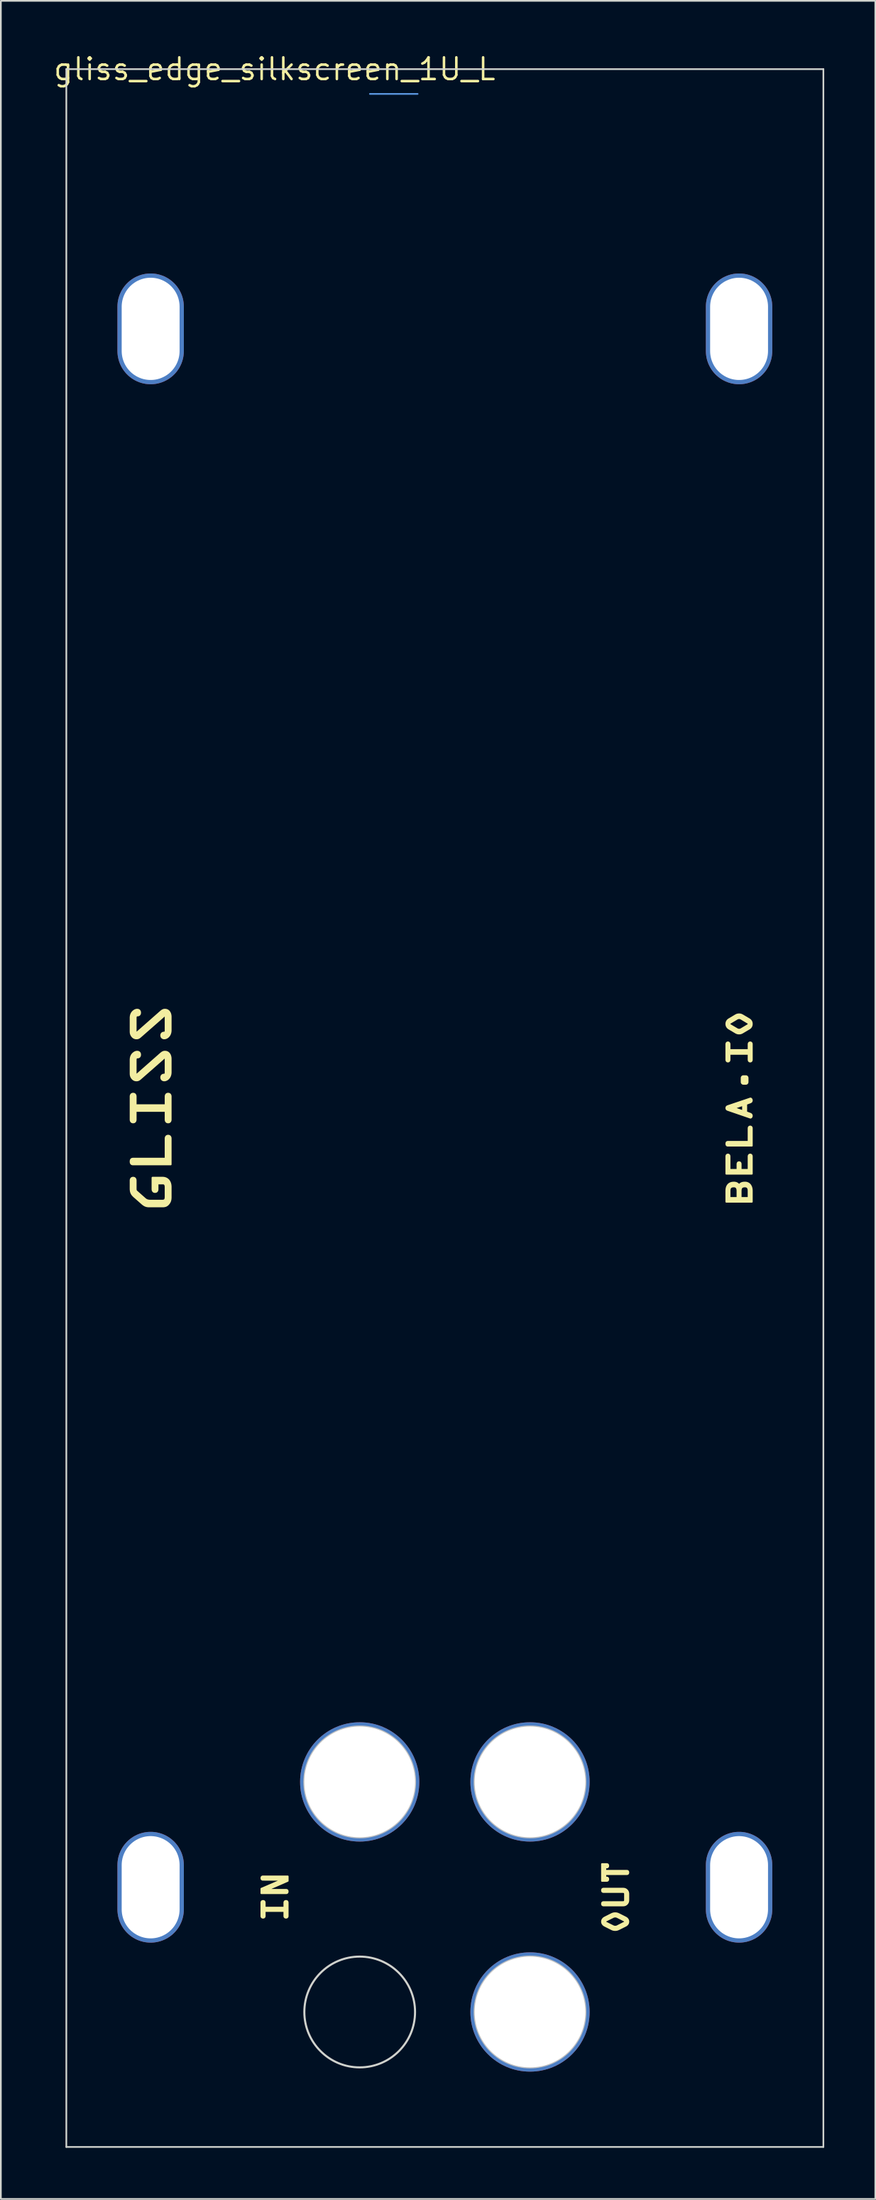
<source format=kicad_pcb>
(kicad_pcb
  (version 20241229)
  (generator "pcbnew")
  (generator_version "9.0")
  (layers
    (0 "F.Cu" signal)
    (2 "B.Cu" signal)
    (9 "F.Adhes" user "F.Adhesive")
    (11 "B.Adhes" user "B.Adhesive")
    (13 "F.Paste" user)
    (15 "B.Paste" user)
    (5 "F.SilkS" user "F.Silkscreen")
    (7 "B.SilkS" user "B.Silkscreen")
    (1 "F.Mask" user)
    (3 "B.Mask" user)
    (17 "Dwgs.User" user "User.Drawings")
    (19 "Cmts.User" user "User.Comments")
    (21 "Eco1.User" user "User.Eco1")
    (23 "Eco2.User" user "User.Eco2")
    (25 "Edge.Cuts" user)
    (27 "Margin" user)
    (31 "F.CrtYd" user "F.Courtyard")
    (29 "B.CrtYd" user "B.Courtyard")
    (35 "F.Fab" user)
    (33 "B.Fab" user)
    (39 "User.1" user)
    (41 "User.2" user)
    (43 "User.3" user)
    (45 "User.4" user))
  (footprint "gliss_edge_silkscreen_1U_L"
    (layer "F.Cu")
    (at 13.07 1.006)
    (property "Reference" "gliss_edge_silkscreen_1U_L" (at 0 0 0) (layer "F.SilkS") (effects (font (size 1.27 1.27) (thickness 0.15))))
    (attr through_hole)
    (fp_poly (pts (xy 26.525 63.047) (xy 26.525 63.04) (xy 26.526 63.033) (xy 26.527 63.027) (xy 26.528 63.02) (xy 26.529 63.014) (xy 26.53 63.008) (xy 26.531 63.003) (xy 26.533 62.997) (xy 26.535 62.992) (xy 26.537 62.987) (xy 26.539 62.983) (xy 26.542 62.979) (xy 26.544 62.974) (xy 26.547 62.971) (xy 26.55 62.967) (xy 26.553 62.964) (xy 26.557 62.961) (xy 26.56 62.958) (xy 26.564 62.955) (xy 26.568 62.953) (xy 26.572 62.951) (xy 26.576 62.949) (xy 26.58 62.947) (xy 26.585 62.946) (xy 26.59 62.944) (xy 26.594 62.943) (xy 26.6 62.942) (xy 26.605 62.942) (xy 26.61 62.941) (xy 26.616 62.941) (xy 26.621 62.941) (xy 27.832 62.941) (xy 27.832 62.156) (xy 27.833 62.144) (xy 27.833 62.134) (xy 27.835 62.123) (xy 27.836 62.118) (xy 27.837 62.113) (xy 27.839 62.108) (xy 27.841 62.103) (xy 27.842 62.098) (xy 27.844 62.093) (xy 27.847 62.089) (xy 27.849 62.084) (xy 27.852 62.08) (xy 27.854 62.076) (xy 27.857 62.072) (xy 27.861 62.069) (xy 27.864 62.065) (xy 27.868 62.062) (xy 27.871 62.059) (xy 27.875 62.056) (xy 27.88 62.053) (xy 27.884 62.051) (xy 27.889 62.049) (xy 27.894 62.047) (xy 27.899 62.045) (xy 27.905 62.044) (xy 27.91 62.043) (xy 27.916 62.042) (xy 27.922 62.042) (xy 27.929 62.041) (xy 27.935 62.042) (xy 27.941 62.042) (xy 27.947 62.043) (xy 27.953 62.044) (xy 27.958 62.045) (xy 27.963 62.047) (xy 27.968 62.049) (xy 27.973 62.051) (xy 27.977 62.053) (xy 27.982 62.056) (xy 27.986 62.059) (xy 27.99 62.062) (xy 27.993 62.065) (xy 27.997 62.069) (xy 28 62.072) (xy 28.003 62.076) (xy 28.006 62.08) (xy 28.008 62.084) (xy 28.011 62.089) (xy 28.013 62.093) (xy 28.017 62.103) (xy 28.02 62.113) (xy 28.022 62.123) (xy 28.024 62.134) (xy 28.025 62.144) (xy 28.025 62.156) (xy 28.025 63.169) (xy 26.621 63.169) (xy 26.61 63.169) (xy 26.6 63.168) (xy 26.594 63.167) (xy 26.59 63.166) (xy 26.585 63.164) (xy 26.58 63.163) (xy 26.576 63.161) (xy 26.572 63.159) (xy 26.568 63.157) (xy 26.564 63.155) (xy 26.56 63.152) (xy 26.557 63.149) (xy 26.553 63.146) (xy 26.55 63.143) (xy 26.547 63.139) (xy 26.544 63.136) (xy 26.542 63.132) (xy 26.539 63.127) (xy 26.537 63.123) (xy 26.535 63.118) (xy 26.533 63.113) (xy 26.531 63.108) (xy 26.53 63.102) (xy 26.529 63.096) (xy 26.528 63.09) (xy 26.527 63.084) (xy 26.525 63.07) (xy 26.525 63.055)) (stroke (width 0.1) (type solid)) (fill yes) (layer "F.SilkS"))
    (fp_poly (pts (xy -8.454 64.087) (xy -8.454 64.076) (xy -8.453 64.066) (xy -8.452 64.056) (xy -8.45 64.046) (xy -8.449 64.037) (xy -8.447 64.028) (xy -8.444 64.02) (xy -8.442 64.012) (xy -8.439 64.004) (xy -8.435 63.997) (xy -8.432 63.99) (xy -8.428 63.984) (xy -8.424 63.978) (xy -8.419 63.972) (xy -8.415 63.967) (xy -8.41 63.962) (xy -8.405 63.957) (xy -8.399 63.953) (xy -8.393 63.949) (xy -8.387 63.946) (xy -8.381 63.942) (xy -8.374 63.939) (xy -8.367 63.937) (xy -8.36 63.935) (xy -8.353 63.933) (xy -8.345 63.931) (xy -8.337 63.93) (xy -8.329 63.929) (xy -8.32 63.928) (xy -8.303 63.927) (xy -6.399 63.927) (xy -6.399 62.751) (xy -6.398 62.734) (xy -6.397 62.718) (xy -6.394 62.702) (xy -6.393 62.694) (xy -6.391 62.687) (xy -6.388 62.679) (xy -6.386 62.672) (xy -6.383 62.665) (xy -6.38 62.658) (xy -6.376 62.651) (xy -6.372 62.645) (xy -6.368 62.638) (xy -6.364 62.632) (xy -6.359 62.626) (xy -6.354 62.621) (xy -6.349 62.616) (xy -6.343 62.611) (xy -6.337 62.606) (xy -6.331 62.602) (xy -6.324 62.598) (xy -6.317 62.594) (xy -6.31 62.591) (xy -6.302 62.588) (xy -6.294 62.586) (xy -6.285 62.584) (xy -6.276 62.582) (xy -6.267 62.581) (xy -6.257 62.58) (xy -6.247 62.58) (xy -6.237 62.58) (xy -6.228 62.581) (xy -6.218 62.582) (xy -6.209 62.584) (xy -6.201 62.586) (xy -6.193 62.588) (xy -6.185 62.591) (xy -6.178 62.594) (xy -6.171 62.598) (xy -6.164 62.602) (xy -6.157 62.606) (xy -6.151 62.611) (xy -6.146 62.616) (xy -6.14 62.621) (xy -6.135 62.626) (xy -6.131 62.632) (xy -6.126 62.638) (xy -6.122 62.645) (xy -6.118 62.651) (xy -6.115 62.658) (xy -6.112 62.665) (xy -6.109 62.672) (xy -6.104 62.687) (xy -6.1 62.702) (xy -6.098 62.718) (xy -6.096 62.734) (xy -6.096 62.751) (xy -6.096 64.269) (xy -8.303 64.269) (xy -8.32 64.269) (xy -8.337 64.267) (xy -8.345 64.266) (xy -8.353 64.264) (xy -8.36 64.262) (xy -8.367 64.26) (xy -8.374 64.257) (xy -8.381 64.255) (xy -8.387 64.251) (xy -8.393 64.248) (xy -8.399 64.244) (xy -8.405 64.24) (xy -8.41 64.235) (xy -8.415 64.23) (xy -8.419 64.225) (xy -8.424 64.219) (xy -8.428 64.213) (xy -8.432 64.207) (xy -8.435 64.2) (xy -8.439 64.193) (xy -8.442 64.185) (xy -8.444 64.177) (xy -8.447 64.169) (xy -8.449 64.16) (xy -8.45 64.151) (xy -8.452 64.141) (xy -8.453 64.131) (xy -8.454 64.121) (xy -8.454 64.098)) (stroke (width 0.1) (type solid)) (fill yes) (layer "F.SilkS"))
    (fp_poly (pts (xy 0.433 106.247) (xy 0.433 106.245) (xy -0.673 106.243) (xy -0.685 106.242) (xy -0.696 106.241) (xy -0.701 106.241) (xy -0.706 106.24) (xy -0.711 106.239) (xy -0.716 106.237) (xy -0.72 106.236) (xy -0.725 106.234) (xy -0.729 106.232) (xy -0.733 106.23) (xy -0.737 106.228) (xy -0.74 106.225) (xy -0.744 106.223) (xy -0.747 106.22) (xy -0.75 106.217) (xy -0.753 106.213) (xy -0.756 106.21) (xy -0.758 106.206) (xy -0.761 106.202) (xy -0.763 106.198) (xy -0.765 106.194) (xy -0.766 106.189) (xy -0.768 106.184) (xy -0.769 106.179) (xy -0.77 106.174) (xy -0.771 106.168) (xy -0.772 106.162) (xy -0.772 106.156) (xy -0.773 106.15) (xy -0.773 106.143) (xy -0.773 106.136) (xy -0.772 106.13) (xy -0.772 106.124) (xy -0.771 106.118) (xy -0.77 106.113) (xy -0.769 106.107) (xy -0.768 106.102) (xy -0.766 106.097) (xy -0.765 106.093) (xy -0.763 106.088) (xy -0.761 106.084) (xy -0.758 106.08) (xy -0.756 106.076) (xy -0.753 106.073) (xy -0.75 106.069) (xy -0.747 106.066) (xy -0.744 106.063) (xy -0.74 106.061) (xy -0.737 106.058) (xy -0.733 106.056) (xy -0.729 106.054) (xy -0.725 106.052) (xy -0.72 106.05) (xy -0.716 106.049) (xy -0.711 106.048) (xy -0.706 106.046) (xy -0.701 106.045) (xy -0.696 106.045) (xy -0.685 106.044) (xy -0.673 106.043) (xy 0.775 106.043) (xy 0.775 106.307) (xy -0.419 106.827) (xy -0.421 106.827) (xy -0.421 106.831) (xy 0.673 106.831) (xy 0.685 106.831) (xy 0.696 106.833) (xy 0.701 106.833) (xy 0.706 106.834) (xy 0.711 106.835) (xy 0.716 106.837) (xy 0.72 106.838) (xy 0.725 106.84) (xy 0.729 106.842) (xy 0.733 106.844) (xy 0.737 106.846) (xy 0.74 106.849) (xy 0.744 106.851) (xy 0.747 106.854) (xy 0.75 106.857) (xy 0.753 106.861) (xy 0.756 106.864) (xy 0.758 106.868) (xy 0.761 106.872) (xy 0.763 106.876) (xy 0.765 106.88) (xy 0.766 106.885) (xy 0.768 106.89) (xy 0.769 106.895) (xy 0.77 106.9) (xy 0.771 106.906) (xy 0.772 106.912) (xy 0.772 106.918) (xy 0.773 106.924) (xy 0.773 106.931) (xy 0.773 106.937) (xy 0.772 106.944) (xy 0.772 106.95) (xy 0.771 106.956) (xy 0.77 106.961) (xy 0.769 106.967) (xy 0.768 106.972) (xy 0.766 106.977) (xy 0.765 106.981) (xy 0.763 106.986) (xy 0.761 106.99) (xy 0.758 106.994) (xy 0.756 106.998) (xy 0.753 107.001) (xy 0.75 107.005) (xy 0.747 107.008) (xy 0.744 107.011) (xy 0.74 107.013) (xy 0.737 107.016) (xy 0.733 107.018) (xy 0.729 107.02) (xy 0.725 107.022) (xy 0.72 107.024) (xy 0.716 107.025) (xy 0.711 107.026) (xy 0.706 107.028) (xy 0.701 107.029) (xy 0.696 107.029) (xy 0.685 107.03) (xy 0.673 107.031) (xy -0.775 107.031) (xy -0.775 106.767)) (stroke (width 0.1) (type solid)) (fill yes) (layer "F.SilkS"))
    (fp_poly (pts (xy 27.423 59.214) (xy 27.424 59.206) (xy 27.424 59.197) (xy 27.425 59.189) (xy 27.425 59.181) (xy 27.426 59.174) (xy 27.428 59.166) (xy 27.43 59.159) (xy 27.432 59.152) (xy 27.434 59.149) (xy 27.435 59.145) (xy 27.437 59.142) (xy 27.439 59.139) (xy 27.441 59.135) (xy 27.443 59.132) (xy 27.445 59.129) (xy 27.448 59.126) (xy 27.451 59.123) (xy 27.454 59.12) (xy 27.457 59.117) (xy 27.46 59.114) (xy 27.465 59.109) (xy 27.471 59.105) (xy 27.476 59.102) (xy 27.481 59.099) (xy 27.486 59.097) (xy 27.491 59.095) (xy 27.496 59.093) (xy 27.501 59.092) (xy 27.506 59.091) (xy 27.511 59.09) (xy 27.516 59.089) (xy 27.522 59.089) (xy 27.528 59.089) (xy 27.534 59.089) (xy 27.547 59.089) (xy 27.655 59.089) (xy 27.668 59.089) (xy 27.674 59.089) (xy 27.68 59.089) (xy 27.685 59.089) (xy 27.691 59.09) (xy 27.696 59.091) (xy 27.701 59.092) (xy 27.706 59.093) (xy 27.711 59.095) (xy 27.716 59.097) (xy 27.721 59.099) (xy 27.726 59.102) (xy 27.731 59.105) (xy 27.736 59.109) (xy 27.742 59.114) (xy 27.748 59.12) (xy 27.754 59.126) (xy 27.759 59.132) (xy 27.763 59.139) (xy 27.766 59.145) (xy 27.769 59.152) (xy 27.772 59.159) (xy 27.774 59.166) (xy 27.775 59.174) (xy 27.776 59.181) (xy 27.777 59.189) (xy 27.778 59.197) (xy 27.778 59.214) (xy 27.778 59.232) (xy 27.778 59.397) (xy 27.778 59.415) (xy 27.778 59.424) (xy 27.778 59.432) (xy 27.777 59.44) (xy 27.776 59.448) (xy 27.775 59.456) (xy 27.774 59.463) (xy 27.772 59.47) (xy 27.769 59.477) (xy 27.768 59.481) (xy 27.766 59.484) (xy 27.765 59.487) (xy 27.763 59.49) (xy 27.761 59.494) (xy 27.759 59.497) (xy 27.756 59.5) (xy 27.754 59.503) (xy 27.751 59.506) (xy 27.748 59.509) (xy 27.745 59.512) (xy 27.742 59.515) (xy 27.736 59.52) (xy 27.731 59.524) (xy 27.726 59.527) (xy 27.721 59.53) (xy 27.716 59.532) (xy 27.711 59.534) (xy 27.706 59.536) (xy 27.701 59.537) (xy 27.696 59.538) (xy 27.691 59.539) (xy 27.685 59.54) (xy 27.68 59.54) (xy 27.674 59.54) (xy 27.668 59.541) (xy 27.655 59.541) (xy 27.547 59.541) (xy 27.534 59.541) (xy 27.528 59.54) (xy 27.522 59.54) (xy 27.516 59.54) (xy 27.511 59.539) (xy 27.506 59.538) (xy 27.501 59.537) (xy 27.496 59.536) (xy 27.491 59.534) (xy 27.486 59.532) (xy 27.481 59.53) (xy 27.476 59.527) (xy 27.471 59.524) (xy 27.465 59.52) (xy 27.46 59.515) (xy 27.454 59.509) (xy 27.448 59.503) (xy 27.443 59.497) (xy 27.439 59.49) (xy 27.435 59.484) (xy 27.432 59.477) (xy 27.43 59.47) (xy 27.428 59.463) (xy 27.426 59.456) (xy 27.425 59.448) (xy 27.425 59.44) (xy 27.424 59.432) (xy 27.423 59.415) (xy 27.423 59.397) (xy 27.423 59.232)) (stroke (width 0.1) (type solid)) (fill yes) (layer "F.SilkS"))
    (fp_poly (pts (xy 26.525 60.953) (xy 26.526 60.946) (xy 26.526 60.94) (xy 26.527 60.934) (xy 26.528 60.928) (xy 26.53 60.922) (xy 26.531 60.917) (xy 26.533 60.912) (xy 26.535 60.907) (xy 26.538 60.902) (xy 26.54 60.898) (xy 26.543 60.893) (xy 26.546 60.889) (xy 26.549 60.886) (xy 26.552 60.882) (xy 26.555 60.878) (xy 26.559 60.875) (xy 26.563 60.872) (xy 26.57 60.866) (xy 26.578 60.861) (xy 26.587 60.856) (xy 26.596 60.852) (xy 26.605 60.848) (xy 26.614 60.844) (xy 26.623 60.841) (xy 27.929 60.401) (xy 27.933 60.399) (xy 27.937 60.398) (xy 27.942 60.398) (xy 27.946 60.398) (xy 27.95 60.398) (xy 27.955 60.399) (xy 27.959 60.4) (xy 27.963 60.402) (xy 27.967 60.404) (xy 27.971 60.406) (xy 27.976 60.409) (xy 27.979 60.411) (xy 27.983 60.414) (xy 27.987 60.418) (xy 27.991 60.422) (xy 27.994 60.425) (xy 28.001 60.434) (xy 28.007 60.443) (xy 28.012 60.453) (xy 28.016 60.464) (xy 28.02 60.475) (xy 28.022 60.481) (xy 28.023 60.486) (xy 28.024 60.492) (xy 28.024 60.498) (xy 28.025 60.504) (xy 28.025 60.51) (xy 28.025 60.517) (xy 28.024 60.523) (xy 28.024 60.529) (xy 28.023 60.535) (xy 28.022 60.541) (xy 28.02 60.546) (xy 28.018 60.552) (xy 28.016 60.557) (xy 28.014 60.562) (xy 28.012 60.567) (xy 28.009 60.572) (xy 28.007 60.576) (xy 28.004 60.58) (xy 28.001 60.585) (xy 27.998 60.589) (xy 27.994 60.592) (xy 27.991 60.596) (xy 27.987 60.6) (xy 27.979 60.606) (xy 27.971 60.612) (xy 27.963 60.617) (xy 27.955 60.622) (xy 27.946 60.626) (xy 27.937 60.63) (xy 27.929 60.633) (xy 27.697 60.718) (xy 27.697 61.204) (xy 27.929 61.291) (xy 27.937 61.294) (xy 27.946 61.298) (xy 27.955 61.302) (xy 27.963 61.307) (xy 27.971 61.312) (xy 27.979 61.318) (xy 27.987 61.325) (xy 27.994 61.332) (xy 27.998 61.336) (xy 28.001 61.34) (xy 28.004 61.344) (xy 28.007 61.348) (xy 28.009 61.353) (xy 28.012 61.358) (xy 28.014 61.362) (xy 28.016 61.367) (xy 28.018 61.373) (xy 28.02 61.378) (xy 28.022 61.384) (xy 28.023 61.389) (xy 28.024 61.395) (xy 28.024 61.401) (xy 28.025 61.408) (xy 28.025 61.414) (xy 28.025 61.42) (xy 28.024 61.426) (xy 28.024 61.432) (xy 28.023 61.438) (xy 28.022 61.444) (xy 28.02 61.449) (xy 28.018 61.455) (xy 28.016 61.461) (xy 28.014 61.466) (xy 28.012 61.471) (xy 28.009 61.476) (xy 28.007 61.481) (xy 28.004 61.486) (xy 28.001 61.491) (xy 27.998 61.495) (xy 27.994 61.499) (xy 27.991 61.503) (xy 27.987 61.507) (xy 27.983 61.51) (xy 27.979 61.513) (xy 27.976 61.516) (xy 27.971 61.518) (xy 27.967 61.521) (xy 27.963 61.522) (xy 27.959 61.524) (xy 27.955 61.525) (xy 27.95 61.526) (xy 27.946 61.526) (xy 27.942 61.526) (xy 27.937 61.526) (xy 27.933 61.525) (xy 27.929 61.524) (xy 27.504 61.378) (xy 27.504 61.14) (xy 27.504 60.782) (xy 26.982 60.958) (xy 26.982 60.962) (xy 27.504 61.14) (xy 27.504 61.378) (xy 26.623 61.076) (xy 26.614 61.073) (xy 26.604 61.069) (xy 26.595 61.065) (xy 26.586 61.061) (xy 26.577 61.056) (xy 26.569 61.051) (xy 26.562 61.045) (xy 26.558 61.042) (xy 26.555 61.039) (xy 26.551 61.035) (xy 26.548 61.032) (xy 26.545 61.028) (xy 26.542 61.024) (xy 26.54 61.02) (xy 26.537 61.016) (xy 26.535 61.011) (xy 26.533 61.006) (xy 26.531 61.001) (xy 26.53 60.996) (xy 26.528 60.991) (xy 26.527 60.985) (xy 26.526 60.979) (xy 26.526 60.973) (xy 26.525 60.967) (xy 26.525 60.96)) (stroke (width 0.1) (type solid)) (fill yes) (layer "F.SilkS"))
    (fp_poly (pts (xy 26.525 63.79) (xy 26.526 63.779) (xy 26.528 63.768) (xy 26.529 63.763) (xy 26.53 63.758) (xy 26.532 63.753) (xy 26.533 63.748) (xy 26.535 63.743) (xy 26.537 63.739) (xy 26.539 63.734) (xy 26.542 63.73) (xy 26.544 63.726) (xy 26.547 63.722) (xy 26.55 63.718) (xy 26.553 63.714) (xy 26.557 63.711) (xy 26.56 63.707) (xy 26.564 63.704) (xy 26.568 63.701) (xy 26.573 63.699) (xy 26.577 63.696) (xy 26.582 63.694) (xy 26.587 63.692) (xy 26.592 63.691) (xy 26.597 63.689) (xy 26.603 63.688) (xy 26.609 63.687) (xy 26.615 63.687) (xy 26.621 63.687) (xy 26.628 63.687) (xy 26.634 63.687) (xy 26.64 63.688) (xy 26.645 63.689) (xy 26.651 63.691) (xy 26.656 63.692) (xy 26.661 63.694) (xy 26.666 63.696) (xy 26.67 63.699) (xy 26.674 63.701) (xy 26.679 63.704) (xy 26.682 63.707) (xy 26.686 63.711) (xy 26.689 63.714) (xy 26.693 63.718) (xy 26.696 63.722) (xy 26.698 63.726) (xy 26.701 63.73) (xy 26.703 63.734) (xy 26.706 63.739) (xy 26.709 63.748) (xy 26.712 63.758) (xy 26.715 63.768) (xy 26.716 63.779) (xy 26.717 63.79) (xy 26.718 63.801) (xy 26.718 64.586) (xy 27.179 64.586) (xy 27.179 64.251) (xy 27.179 64.24) (xy 27.18 64.229) (xy 27.182 64.218) (xy 27.183 64.213) (xy 27.184 64.208) (xy 27.185 64.203) (xy 27.187 64.198) (xy 27.189 64.193) (xy 27.191 64.188) (xy 27.193 64.184) (xy 27.195 64.18) (xy 27.198 64.175) (xy 27.201 64.171) (xy 27.204 64.167) (xy 27.207 64.164) (xy 27.21 64.16) (xy 27.214 64.157) (xy 27.218 64.154) (xy 27.222 64.151) (xy 27.226 64.148) (xy 27.231 64.146) (xy 27.235 64.144) (xy 27.24 64.142) (xy 27.246 64.14) (xy 27.251 64.139) (xy 27.257 64.138) (xy 27.262 64.137) (xy 27.269 64.137) (xy 27.275 64.137) (xy 27.281 64.137) (xy 27.288 64.137) (xy 27.293 64.138) (xy 27.299 64.139) (xy 27.304 64.14) (xy 27.31 64.142) (xy 27.315 64.144) (xy 27.319 64.146) (xy 27.324 64.148) (xy 27.328 64.151) (xy 27.332 64.154) (xy 27.336 64.157) (xy 27.34 64.16) (xy 27.343 64.164) (xy 27.346 64.167) (xy 27.349 64.171) (xy 27.352 64.175) (xy 27.355 64.18) (xy 27.357 64.184) (xy 27.359 64.188) (xy 27.363 64.198) (xy 27.366 64.208) (xy 27.368 64.218) (xy 27.37 64.229) (xy 27.371 64.24) (xy 27.371 64.251) (xy 27.371 64.586) (xy 27.832 64.586) (xy 27.832 63.801) (xy 27.832 63.79) (xy 27.833 63.779) (xy 27.835 63.768) (xy 27.836 63.763) (xy 27.837 63.758) (xy 27.839 63.753) (xy 27.841 63.748) (xy 27.842 63.743) (xy 27.844 63.739) (xy 27.847 63.734) (xy 27.849 63.73) (xy 27.852 63.726) (xy 27.854 63.722) (xy 27.857 63.718) (xy 27.861 63.714) (xy 27.864 63.711) (xy 27.868 63.707) (xy 27.871 63.704) (xy 27.875 63.701) (xy 27.88 63.699) (xy 27.884 63.696) (xy 27.889 63.694) (xy 27.894 63.692) (xy 27.899 63.691) (xy 27.905 63.689) (xy 27.91 63.688) (xy 27.916 63.687) (xy 27.922 63.687) (xy 27.929 63.687) (xy 27.935 63.687) (xy 27.941 63.687) (xy 27.947 63.688) (xy 27.953 63.689) (xy 27.958 63.691) (xy 27.963 63.692) (xy 27.968 63.694) (xy 27.973 63.696) (xy 27.977 63.699) (xy 27.982 63.701) (xy 27.986 63.704) (xy 27.99 63.707) (xy 27.993 63.711) (xy 27.997 63.714) (xy 28 63.718) (xy 28.003 63.722) (xy 28.006 63.726) (xy 28.008 63.73) (xy 28.011 63.734) (xy 28.013 63.739) (xy 28.017 63.748) (xy 28.02 63.758) (xy 28.022 63.768) (xy 28.024 63.779) (xy 28.025 63.79) (xy 28.025 63.801) (xy 28.025 64.815) (xy 26.525 64.815) (xy 26.525 63.801)) (stroke (width 0.1) (type solid)) (fill yes) (layer "F.SilkS"))
    (fp_poly (pts (xy 19.496 105.32) (xy 19.507 105.32) (xy 19.518 105.321) (xy 19.524 105.322) (xy 19.529 105.323) (xy 19.534 105.324) (xy 19.538 105.325) (xy 19.543 105.327) (xy 19.547 105.328) (xy 19.551 105.33) (xy 19.555 105.332) (xy 19.559 105.334) (xy 19.563 105.337) (xy 19.566 105.34) (xy 19.57 105.343) (xy 19.573 105.346) (xy 19.576 105.349) (xy 19.578 105.353) (xy 19.581 105.356) (xy 19.583 105.36) (xy 19.585 105.364) (xy 19.587 105.369) (xy 19.589 105.374) (xy 19.59 105.378) (xy 19.592 105.384) (xy 19.593 105.389) (xy 19.594 105.395) (xy 19.595 105.4) (xy 19.595 105.407) (xy 19.595 105.413) (xy 19.595 105.42) (xy 19.595 105.426) (xy 19.595 105.433) (xy 19.595 105.439) (xy 19.594 105.445) (xy 19.593 105.45) (xy 19.592 105.456) (xy 19.59 105.461) (xy 19.589 105.466) (xy 19.587 105.47) (xy 19.585 105.475) (xy 19.583 105.479) (xy 19.581 105.483) (xy 19.578 105.487) (xy 19.576 105.49) (xy 19.573 105.494) (xy 19.57 105.497) (xy 19.566 105.5) (xy 19.563 105.502) (xy 19.559 105.505) (xy 19.555 105.507) (xy 19.551 105.509) (xy 19.547 105.511) (xy 19.543 105.513) (xy 19.538 105.514) (xy 19.534 105.515) (xy 19.529 105.517) (xy 19.524 105.518) (xy 19.518 105.518) (xy 19.507 105.519) (xy 19.496 105.52) (xy 19.424 105.52) (xy 19.424 105.714) (xy 20.675 105.714) (xy 20.687 105.714) (xy 20.698 105.715) (xy 20.703 105.716) (xy 20.708 105.717) (xy 20.713 105.718) (xy 20.718 105.719) (xy 20.722 105.721) (xy 20.727 105.722) (xy 20.731 105.724) (xy 20.735 105.726) (xy 20.739 105.729) (xy 20.742 105.731) (xy 20.746 105.734) (xy 20.749 105.737) (xy 20.752 105.74) (xy 20.755 105.743) (xy 20.758 105.747) (xy 20.76 105.75) (xy 20.763 105.754) (xy 20.765 105.759) (xy 20.767 105.763) (xy 20.768 105.768) (xy 20.77 105.773) (xy 20.771 105.778) (xy 20.772 105.783) (xy 20.773 105.789) (xy 20.774 105.795) (xy 20.775 105.801) (xy 20.775 105.807) (xy 20.775 105.814) (xy 20.775 105.82) (xy 20.775 105.827) (xy 20.774 105.833) (xy 20.773 105.839) (xy 20.772 105.844) (xy 20.771 105.85) (xy 20.77 105.855) (xy 20.768 105.86) (xy 20.767 105.864) (xy 20.765 105.869) (xy 20.763 105.873) (xy 20.76 105.877) (xy 20.758 105.881) (xy 20.755 105.884) (xy 20.752 105.888) (xy 20.749 105.891) (xy 20.746 105.894) (xy 20.742 105.896) (xy 20.739 105.899) (xy 20.735 105.901) (xy 20.731 105.903) (xy 20.727 105.905) (xy 20.722 105.907) (xy 20.718 105.908) (xy 20.713 105.91) (xy 20.708 105.911) (xy 20.703 105.912) (xy 20.698 105.912) (xy 20.687 105.913) (xy 20.675 105.914) (xy 19.424 105.914) (xy 19.424 106.108) (xy 19.496 106.108) (xy 19.508 106.108) (xy 19.518 106.109) (xy 19.524 106.11) (xy 19.529 106.111) (xy 19.534 106.112) (xy 19.538 106.113) (xy 19.543 106.115) (xy 19.547 106.117) (xy 19.551 106.118) (xy 19.555 106.121) (xy 19.559 106.123) (xy 19.563 106.125) (xy 19.566 106.128) (xy 19.57 106.131) (xy 19.573 106.134) (xy 19.576 106.137) (xy 19.578 106.141) (xy 19.581 106.145) (xy 19.583 106.149) (xy 19.585 106.153) (xy 19.587 106.157) (xy 19.589 106.162) (xy 19.59 106.167) (xy 19.592 106.172) (xy 19.593 106.177) (xy 19.594 106.183) (xy 19.595 106.189) (xy 19.595 106.195) (xy 19.595 106.201) (xy 19.596 106.208) (xy 19.595 106.215) (xy 19.595 106.221) (xy 19.595 106.227) (xy 19.594 106.233) (xy 19.593 106.238) (xy 19.592 106.244) (xy 19.59 106.249) (xy 19.589 106.254) (xy 19.587 106.259) (xy 19.585 106.263) (xy 19.583 106.267) (xy 19.581 106.271) (xy 19.578 106.275) (xy 19.576 106.278) (xy 19.573 106.282) (xy 19.57 106.285) (xy 19.566 106.288) (xy 19.563 106.29) (xy 19.559 106.293) (xy 19.555 106.295) (xy 19.551 106.297) (xy 19.547 106.299) (xy 19.543 106.301) (xy 19.538 106.302) (xy 19.534 106.304) (xy 19.529 106.305) (xy 19.524 106.306) (xy 19.518 106.307) (xy 19.508 106.308) (xy 19.496 106.308) (xy 19.225 106.308) (xy 19.225 105.32)) (stroke (width 0.1) (type solid)) (fill yes) (layer "F.SilkS"))
    (fp_poly (pts (xy 26.526 65.79) (xy 26.527 65.76) (xy 26.53 65.731) (xy 26.533 65.703) (xy 26.537 65.677) (xy 26.543 65.651) (xy 26.549 65.626) (xy 26.556 65.603) (xy 26.565 65.58) (xy 26.574 65.559) (xy 26.583 65.538) (xy 26.594 65.519) (xy 26.606 65.5) (xy 26.618 65.483) (xy 26.632 65.466) (xy 26.646 65.451) (xy 26.661 65.436) (xy 26.676 65.422) (xy 26.693 65.41) (xy 26.71 65.398) (xy 26.728 65.388) (xy 26.747 65.378) (xy 26.766 65.369) (xy 26.786 65.361) (xy 26.807 65.354) (xy 26.828 65.348) (xy 26.85 65.343) (xy 26.873 65.339) (xy 26.897 65.336) (xy 26.921 65.334) (xy 26.945 65.333) (xy 26.97 65.332) (xy 26.991 65.332) (xy 27.012 65.334) (xy 27.032 65.336) (xy 27.052 65.339) (xy 27.072 65.343) (xy 27.092 65.348) (xy 27.111 65.354) (xy 27.131 65.362) (xy 27.15 65.371) (xy 27.168 65.382) (xy 27.187 65.394) (xy 27.205 65.408) (xy 27.214 65.416) (xy 27.223 65.424) (xy 27.24 65.442) (xy 27.258 65.461) (xy 27.275 65.483) (xy 27.295 65.46) (xy 27.314 65.439) (xy 27.334 65.421) (xy 27.353 65.404) (xy 27.373 65.39) (xy 27.394 65.378) (xy 27.414 65.367) (xy 27.435 65.359) (xy 27.456 65.351) (xy 27.478 65.346) (xy 27.501 65.341) (xy 27.524 65.337) (xy 27.548 65.335) (xy 27.572 65.333) (xy 27.598 65.332) (xy 27.624 65.332) (xy 27.647 65.333) (xy 27.67 65.334) (xy 27.692 65.337) (xy 27.714 65.341) (xy 27.735 65.346) (xy 27.755 65.352) (xy 27.774 65.36) (xy 27.793 65.368) (xy 27.811 65.377) (xy 27.829 65.387) (xy 27.846 65.398) (xy 27.862 65.41) (xy 27.877 65.423) (xy 27.892 65.437) (xy 27.906 65.452) (xy 27.919 65.468) (xy 27.932 65.484) (xy 27.943 65.502) (xy 27.954 65.52) (xy 27.965 65.539) (xy 27.974 65.558) (xy 27.983 65.579) (xy 27.991 65.6) (xy 27.998 65.622) (xy 28.01 65.668) (xy 28.018 65.716) (xy 28.023 65.767) (xy 28.025 65.821) (xy 28.025 66.46) (xy 27.832 66.46) (xy 27.832 66.232) (xy 27.832 65.821) (xy 27.831 65.791) (xy 27.829 65.762) (xy 27.828 65.749) (xy 27.826 65.736) (xy 27.823 65.723) (xy 27.82 65.711) (xy 27.817 65.699) (xy 27.813 65.688) (xy 27.809 65.677) (xy 27.805 65.666) (xy 27.8 65.656) (xy 27.795 65.647) (xy 27.789 65.638) (xy 27.783 65.629) (xy 27.777 65.621) (xy 27.77 65.613) (xy 27.762 65.606) (xy 27.754 65.599) (xy 27.746 65.593) (xy 27.737 65.588) (xy 27.728 65.583) (xy 27.718 65.578) (xy 27.708 65.574) (xy 27.698 65.57) (xy 27.687 65.567) (xy 27.675 65.565) (xy 27.663 65.563) (xy 27.65 65.562) (xy 27.637 65.561) (xy 27.624 65.56) (xy 27.594 65.561) (xy 27.567 65.563) (xy 27.541 65.567) (xy 27.528 65.569) (xy 27.516 65.572) (xy 27.505 65.575) (xy 27.494 65.579) (xy 27.483 65.583) (xy 27.473 65.588) (xy 27.463 65.593) (xy 27.454 65.599) (xy 27.445 65.606) (xy 27.437 65.613) (xy 27.429 65.62) (xy 27.422 65.629) (xy 27.415 65.637) (xy 27.409 65.647) (xy 27.403 65.657) (xy 27.397 65.668) (xy 27.392 65.68) (xy 27.388 65.692) (xy 27.384 65.706) (xy 27.381 65.72) (xy 27.378 65.734) (xy 27.376 65.75) (xy 27.374 65.766) (xy 27.372 65.784) (xy 27.372 65.802) (xy 27.371 65.821) (xy 27.371 66.232) (xy 27.832 66.232) (xy 27.832 66.46) (xy 27.179 66.46) (xy 27.179 66.232) (xy 27.179 65.821) (xy 27.178 65.791) (xy 27.176 65.762) (xy 27.174 65.749) (xy 27.172 65.736) (xy 27.17 65.723) (xy 27.167 65.711) (xy 27.163 65.699) (xy 27.16 65.688) (xy 27.156 65.677) (xy 27.151 65.666) (xy 27.147 65.656) (xy 27.141 65.647) (xy 27.136 65.638) (xy 27.129 65.629) (xy 27.123 65.621) (xy 27.116 65.613) (xy 27.109 65.606) (xy 27.101 65.599) (xy 27.092 65.593) (xy 27.084 65.588) (xy 27.074 65.583) (xy 27.065 65.578) (xy 27.055 65.574) (xy 27.044 65.57) (xy 27.033 65.567) (xy 27.021 65.565) (xy 27.009 65.563) (xy 26.997 65.562) (xy 26.984 65.561) (xy 26.97 65.56) (xy 26.941 65.561) (xy 26.913 65.563) (xy 26.887 65.567) (xy 26.875 65.569) (xy 26.863 65.572) (xy 26.851 65.575) (xy 26.84 65.579) (xy 26.829 65.583) (xy 26.819 65.588) (xy 26.81 65.593) (xy 26.8 65.599) (xy 26.792 65.606) (xy 26.783 65.613) (xy 26.776 65.62) (xy 26.768 65.629) (xy 26.761 65.637) (xy 26.755 65.647) (xy 26.749 65.657) (xy 26.744 65.668) (xy 26.739 65.68) (xy 26.735 65.692) (xy 26.731 65.706) (xy 26.727 65.72) (xy 26.724 65.734) (xy 26.722 65.75) (xy 26.72 65.766) (xy 26.719 65.784) (xy 26.718 65.802) (xy 26.718 65.821) (xy 26.718 66.232) (xy 27.179 66.232) (xy 27.179 66.46) (xy 26.525 66.46) (xy 26.525 65.821)) (stroke (width 0.1) (type solid)) (fill yes) (layer "F.SilkS"))
    (fp_poly (pts (xy 26.525 57.208) (xy 26.526 57.197) (xy 26.528 57.187) (xy 26.529 57.182) (xy 26.53 57.177) (xy 26.532 57.172) (xy 26.533 57.167) (xy 26.535 57.162) (xy 26.537 57.157) (xy 26.539 57.153) (xy 26.542 57.148) (xy 26.544 57.144) (xy 26.547 57.14) (xy 26.55 57.136) (xy 26.553 57.133) (xy 26.557 57.129) (xy 26.56 57.126) (xy 26.564 57.123) (xy 26.568 57.12) (xy 26.573 57.117) (xy 26.577 57.115) (xy 26.582 57.113) (xy 26.587 57.111) (xy 26.592 57.109) (xy 26.597 57.108) (xy 26.603 57.107) (xy 26.609 57.106) (xy 26.615 57.105) (xy 26.621 57.105) (xy 26.628 57.105) (xy 26.634 57.106) (xy 26.64 57.107) (xy 26.645 57.108) (xy 26.651 57.109) (xy 26.656 57.111) (xy 26.661 57.113) (xy 26.666 57.115) (xy 26.67 57.117) (xy 26.675 57.12) (xy 26.679 57.123) (xy 26.682 57.126) (xy 26.686 57.129) (xy 26.689 57.133) (xy 26.693 57.136) (xy 26.696 57.14) (xy 26.698 57.144) (xy 26.701 57.148) (xy 26.703 57.153) (xy 26.706 57.157) (xy 26.709 57.167) (xy 26.712 57.177) (xy 26.715 57.187) (xy 26.717 57.197) (xy 26.717 57.208) (xy 26.718 57.219) (xy 26.718 57.555) (xy 27.832 57.555) (xy 27.832 57.219) (xy 27.833 57.208) (xy 27.833 57.197) (xy 27.835 57.187) (xy 27.836 57.182) (xy 27.838 57.177) (xy 27.839 57.172) (xy 27.841 57.167) (xy 27.842 57.162) (xy 27.844 57.157) (xy 27.847 57.153) (xy 27.849 57.148) (xy 27.852 57.144) (xy 27.854 57.14) (xy 27.857 57.136) (xy 27.861 57.133) (xy 27.864 57.129) (xy 27.868 57.126) (xy 27.871 57.123) (xy 27.875 57.12) (xy 27.88 57.117) (xy 27.884 57.115) (xy 27.889 57.113) (xy 27.894 57.111) (xy 27.899 57.109) (xy 27.905 57.108) (xy 27.91 57.107) (xy 27.916 57.106) (xy 27.922 57.105) (xy 27.929 57.105) (xy 27.935 57.105) (xy 27.941 57.106) (xy 27.947 57.107) (xy 27.953 57.108) (xy 27.958 57.109) (xy 27.963 57.111) (xy 27.968 57.113) (xy 27.973 57.115) (xy 27.977 57.117) (xy 27.982 57.12) (xy 27.986 57.123) (xy 27.99 57.126) (xy 27.993 57.129) (xy 27.997 57.133) (xy 28 57.136) (xy 28.003 57.14) (xy 28.006 57.144) (xy 28.008 57.148) (xy 28.011 57.153) (xy 28.013 57.157) (xy 28.017 57.167) (xy 28.02 57.177) (xy 28.022 57.187) (xy 28.024 57.197) (xy 28.025 57.208) (xy 28.025 57.219) (xy 28.025 58.119) (xy 28.025 58.13) (xy 28.024 58.141) (xy 28.022 58.152) (xy 28.021 58.157) (xy 28.02 58.162) (xy 28.018 58.167) (xy 28.017 58.172) (xy 28.015 58.177) (xy 28.013 58.181) (xy 28.011 58.186) (xy 28.008 58.19) (xy 28.006 58.194) (xy 28.003 58.198) (xy 28 58.202) (xy 27.997 58.206) (xy 27.993 58.209) (xy 27.99 58.213) (xy 27.986 58.216) (xy 27.982 58.219) (xy 27.977 58.221) (xy 27.973 58.224) (xy 27.968 58.226) (xy 27.963 58.228) (xy 27.958 58.229) (xy 27.953 58.231) (xy 27.947 58.232) (xy 27.941 58.232) (xy 27.935 58.233) (xy 27.929 58.233) (xy 27.922 58.233) (xy 27.916 58.232) (xy 27.91 58.232) (xy 27.905 58.231) (xy 27.899 58.229) (xy 27.894 58.228) (xy 27.889 58.226) (xy 27.884 58.224) (xy 27.88 58.221) (xy 27.875 58.219) (xy 27.871 58.216) (xy 27.868 58.213) (xy 27.864 58.209) (xy 27.861 58.206) (xy 27.857 58.202) (xy 27.854 58.198) (xy 27.852 58.194) (xy 27.849 58.19) (xy 27.847 58.186) (xy 27.844 58.181) (xy 27.841 58.172) (xy 27.838 58.162) (xy 27.835 58.152) (xy 27.833 58.141) (xy 27.833 58.13) (xy 27.832 58.119) (xy 27.832 57.783) (xy 26.718 57.783) (xy 26.718 58.119) (xy 26.717 58.13) (xy 26.717 58.141) (xy 26.715 58.152) (xy 26.714 58.157) (xy 26.712 58.162) (xy 26.711 58.167) (xy 26.709 58.172) (xy 26.708 58.177) (xy 26.706 58.181) (xy 26.703 58.186) (xy 26.701 58.19) (xy 26.698 58.194) (xy 26.696 58.198) (xy 26.693 58.202) (xy 26.689 58.206) (xy 26.686 58.209) (xy 26.682 58.213) (xy 26.679 58.216) (xy 26.675 58.219) (xy 26.67 58.221) (xy 26.666 58.224) (xy 26.661 58.226) (xy 26.656 58.228) (xy 26.651 58.229) (xy 26.645 58.231) (xy 26.64 58.232) (xy 26.634 58.232) (xy 26.628 58.233) (xy 26.621 58.233) (xy 26.615 58.233) (xy 26.609 58.232) (xy 26.603 58.232) (xy 26.597 58.231) (xy 26.592 58.229) (xy 26.587 58.228) (xy 26.582 58.226) (xy 26.577 58.224) (xy 26.573 58.221) (xy 26.568 58.219) (xy 26.564 58.216) (xy 26.56 58.213) (xy 26.557 58.209) (xy 26.553 58.206) (xy 26.55 58.202) (xy 26.547 58.198) (xy 26.544 58.194) (xy 26.542 58.19) (xy 26.539 58.186) (xy 26.537 58.181) (xy 26.533 58.172) (xy 26.53 58.162) (xy 26.528 58.152) (xy 26.526 58.141) (xy 26.525 58.13) (xy 26.525 58.119) (xy 26.525 57.219)) (stroke (width 0.1) (type solid)) (fill yes) (layer "F.SilkS"))
    (fp_poly (pts (xy -8.454 60.27) (xy -8.452 60.253) (xy -8.45 60.238) (xy -8.448 60.23) (xy -8.446 60.222) (xy -8.444 60.215) (xy -8.441 60.207) (xy -8.438 60.2) (xy -8.435 60.193) (xy -8.432 60.186) (xy -8.428 60.18) (xy -8.424 60.174) (xy -8.419 60.167) (xy -8.415 60.162) (xy -8.41 60.156) (xy -8.404 60.151) (xy -8.399 60.146) (xy -8.393 60.141) (xy -8.386 60.137) (xy -8.379 60.133) (xy -8.372 60.13) (xy -8.365 60.126) (xy -8.357 60.123) (xy -8.349 60.121) (xy -8.34 60.119) (xy -8.332 60.117) (xy -8.322 60.116) (xy -8.313 60.116) (xy -8.303 60.115) (xy -8.293 60.116) (xy -8.283 60.116) (xy -8.274 60.117) (xy -8.265 60.119) (xy -8.256 60.121) (xy -8.248 60.123) (xy -8.24 60.126) (xy -8.233 60.13) (xy -8.226 60.133) (xy -8.219 60.137) (xy -8.213 60.141) (xy -8.207 60.146) (xy -8.201 60.151) (xy -8.196 60.156) (xy -8.191 60.162) (xy -8.186 60.167) (xy -8.182 60.174) (xy -8.177 60.18) (xy -8.174 60.186) (xy -8.17 60.193) (xy -8.167 60.2) (xy -8.164 60.207) (xy -8.159 60.222) (xy -8.156 60.238) (xy -8.153 60.253) (xy -8.152 60.27) (xy -8.151 60.286) (xy -8.151 60.789) (xy -6.399 60.789) (xy -6.399 60.286) (xy -6.398 60.27) (xy -6.397 60.253) (xy -6.394 60.238) (xy -6.393 60.23) (xy -6.391 60.222) (xy -6.388 60.215) (xy -6.386 60.207) (xy -6.383 60.2) (xy -6.38 60.193) (xy -6.376 60.186) (xy -6.373 60.18) (xy -6.368 60.174) (xy -6.364 60.167) (xy -6.359 60.162) (xy -6.354 60.156) (xy -6.349 60.151) (xy -6.343 60.146) (xy -6.337 60.141) (xy -6.331 60.137) (xy -6.324 60.133) (xy -6.317 60.13) (xy -6.31 60.126) (xy -6.302 60.123) (xy -6.294 60.121) (xy -6.285 60.119) (xy -6.276 60.117) (xy -6.267 60.116) (xy -6.257 60.116) (xy -6.247 60.115) (xy -6.237 60.116) (xy -6.228 60.116) (xy -6.218 60.117) (xy -6.21 60.119) (xy -6.201 60.121) (xy -6.193 60.123) (xy -6.185 60.126) (xy -6.178 60.13) (xy -6.171 60.133) (xy -6.164 60.137) (xy -6.157 60.141) (xy -6.151 60.146) (xy -6.146 60.151) (xy -6.14 60.156) (xy -6.135 60.162) (xy -6.131 60.167) (xy -6.126 60.174) (xy -6.122 60.18) (xy -6.118 60.186) (xy -6.115 60.193) (xy -6.112 60.2) (xy -6.109 60.207) (xy -6.104 60.222) (xy -6.1 60.238) (xy -6.098 60.253) (xy -6.096 60.27) (xy -6.096 60.286) (xy -6.096 61.634) (xy -6.096 61.65) (xy -6.098 61.667) (xy -6.1 61.683) (xy -6.102 61.69) (xy -6.104 61.698) (xy -6.106 61.705) (xy -6.109 61.713) (xy -6.112 61.72) (xy -6.115 61.727) (xy -6.118 61.734) (xy -6.122 61.74) (xy -6.126 61.747) (xy -6.131 61.753) (xy -6.135 61.758) (xy -6.14 61.764) (xy -6.146 61.769) (xy -6.151 61.774) (xy -6.157 61.779) (xy -6.164 61.783) (xy -6.171 61.787) (xy -6.178 61.791) (xy -6.185 61.794) (xy -6.193 61.797) (xy -6.201 61.799) (xy -6.209 61.801) (xy -6.218 61.803) (xy -6.228 61.804) (xy -6.237 61.804) (xy -6.247 61.805) (xy -6.257 61.804) (xy -6.267 61.804) (xy -6.276 61.803) (xy -6.285 61.801) (xy -6.294 61.799) (xy -6.302 61.797) (xy -6.31 61.794) (xy -6.317 61.791) (xy -6.324 61.787) (xy -6.331 61.783) (xy -6.337 61.779) (xy -6.343 61.774) (xy -6.349 61.769) (xy -6.354 61.764) (xy -6.359 61.758) (xy -6.364 61.753) (xy -6.368 61.747) (xy -6.372 61.74) (xy -6.376 61.734) (xy -6.38 61.727) (xy -6.383 61.72) (xy -6.386 61.713) (xy -6.391 61.698) (xy -6.394 61.683) (xy -6.397 61.667) (xy -6.398 61.65) (xy -6.399 61.634) (xy -6.399 61.131) (xy -8.151 61.131) (xy -8.151 61.634) (xy -8.152 61.65) (xy -8.153 61.667) (xy -8.156 61.683) (xy -8.157 61.69) (xy -8.159 61.698) (xy -8.162 61.705) (xy -8.164 61.713) (xy -8.167 61.72) (xy -8.17 61.727) (xy -8.174 61.734) (xy -8.177 61.74) (xy -8.182 61.747) (xy -8.186 61.753) (xy -8.191 61.758) (xy -8.196 61.764) (xy -8.201 61.769) (xy -8.207 61.774) (xy -8.213 61.779) (xy -8.219 61.783) (xy -8.226 61.787) (xy -8.233 61.791) (xy -8.24 61.794) (xy -8.248 61.797) (xy -8.256 61.799) (xy -8.265 61.801) (xy -8.274 61.803) (xy -8.283 61.804) (xy -8.293 61.804) (xy -8.303 61.805) (xy -8.313 61.804) (xy -8.322 61.804) (xy -8.332 61.803) (xy -8.34 61.801) (xy -8.349 61.799) (xy -8.357 61.797) (xy -8.365 61.794) (xy -8.372 61.791) (xy -8.379 61.787) (xy -8.386 61.783) (xy -8.393 61.779) (xy -8.399 61.774) (xy -8.404 61.769) (xy -8.41 61.764) (xy -8.415 61.758) (xy -8.419 61.753) (xy -8.424 61.747) (xy -8.428 61.74) (xy -8.432 61.734) (xy -8.435 61.727) (xy -8.438 61.72) (xy -8.441 61.713) (xy -8.446 61.698) (xy -8.45 61.683) (xy -8.452 61.667) (xy -8.454 61.65) (xy -8.454 61.634) (xy -8.454 60.286)) (stroke (width 0.1) (type solid)) (fill yes) (layer "F.SilkS"))
    (fp_poly (pts (xy -0.775 107.573) (xy -0.774 107.563) (xy -0.772 107.554) (xy -0.769 107.545) (xy -0.768 107.541) (xy -0.766 107.536) (xy -0.764 107.532) (xy -0.762 107.528) (xy -0.76 107.524) (xy -0.758 107.52) (xy -0.755 107.517) (xy -0.752 107.513) (xy -0.749 107.51) (xy -0.746 107.507) (xy -0.742 107.503) (xy -0.738 107.501) (xy -0.734 107.498) (xy -0.73 107.495) (xy -0.726 107.493) (xy -0.721 107.491) (xy -0.716 107.489) (xy -0.711 107.487) (xy -0.706 107.486) (xy -0.7 107.485) (xy -0.694 107.484) (xy -0.688 107.483) (xy -0.682 107.483) (xy -0.675 107.483) (xy -0.669 107.483) (xy -0.663 107.483) (xy -0.656 107.484) (xy -0.651 107.485) (xy -0.645 107.486) (xy -0.64 107.487) (xy -0.635 107.489) (xy -0.63 107.491) (xy -0.625 107.493) (xy -0.621 107.495) (xy -0.616 107.498) (xy -0.612 107.501) (xy -0.609 107.503) (xy -0.605 107.507) (xy -0.602 107.51) (xy -0.599 107.513) (xy -0.596 107.517) (xy -0.593 107.52) (xy -0.591 107.524) (xy -0.589 107.528) (xy -0.586 107.532) (xy -0.585 107.536) (xy -0.583 107.541) (xy -0.581 107.545) (xy -0.579 107.554) (xy -0.577 107.563) (xy -0.576 107.573) (xy -0.576 107.582) (xy -0.576 107.876) (xy 0.574 107.876) (xy 0.574 107.582) (xy 0.574 107.573) (xy 0.575 107.563) (xy 0.577 107.554) (xy 0.579 107.545) (xy 0.581 107.541) (xy 0.583 107.536) (xy 0.584 107.532) (xy 0.587 107.528) (xy 0.589 107.524) (xy 0.591 107.52) (xy 0.594 107.517) (xy 0.597 107.513) (xy 0.6 107.51) (xy 0.603 107.507) (xy 0.607 107.503) (xy 0.61 107.501) (xy 0.614 107.498) (xy 0.619 107.495) (xy 0.623 107.493) (xy 0.628 107.491) (xy 0.633 107.489) (xy 0.638 107.487) (xy 0.643 107.486) (xy 0.649 107.485) (xy 0.654 107.484) (xy 0.66 107.483) (xy 0.667 107.483) (xy 0.673 107.483) (xy 0.68 107.483) (xy 0.686 107.483) (xy 0.692 107.484) (xy 0.698 107.485) (xy 0.704 107.486) (xy 0.709 107.487) (xy 0.714 107.489) (xy 0.719 107.491) (xy 0.724 107.493) (xy 0.728 107.495) (xy 0.732 107.498) (xy 0.736 107.501) (xy 0.74 107.503) (xy 0.744 107.507) (xy 0.747 107.51) (xy 0.75 107.513) (xy 0.753 107.517) (xy 0.756 107.52) (xy 0.758 107.524) (xy 0.76 107.528) (xy 0.762 107.532) (xy 0.764 107.536) (xy 0.766 107.541) (xy 0.767 107.545) (xy 0.77 107.554) (xy 0.772 107.563) (xy 0.773 107.573) (xy 0.773 107.582) (xy 0.773 108.368) (xy 0.773 108.378) (xy 0.772 108.387) (xy 0.77 108.397) (xy 0.767 108.406) (xy 0.766 108.41) (xy 0.764 108.414) (xy 0.762 108.418) (xy 0.76 108.423) (xy 0.758 108.426) (xy 0.756 108.43) (xy 0.753 108.434) (xy 0.75 108.438) (xy 0.747 108.441) (xy 0.744 108.444) (xy 0.74 108.447) (xy 0.736 108.45) (xy 0.732 108.453) (xy 0.728 108.455) (xy 0.724 108.458) (xy 0.719 108.46) (xy 0.714 108.462) (xy 0.709 108.463) (xy 0.704 108.465) (xy 0.698 108.466) (xy 0.692 108.467) (xy 0.686 108.467) (xy 0.68 108.468) (xy 0.673 108.468) (xy 0.667 108.468) (xy 0.66 108.467) (xy 0.654 108.467) (xy 0.649 108.466) (xy 0.643 108.465) (xy 0.638 108.463) (xy 0.632 108.462) (xy 0.628 108.46) (xy 0.623 108.458) (xy 0.619 108.455) (xy 0.614 108.453) (xy 0.61 108.45) (xy 0.607 108.447) (xy 0.603 108.444) (xy 0.6 108.441) (xy 0.597 108.438) (xy 0.594 108.434) (xy 0.591 108.43) (xy 0.589 108.426) (xy 0.586 108.423) (xy 0.584 108.418) (xy 0.583 108.414) (xy 0.581 108.41) (xy 0.579 108.406) (xy 0.577 108.397) (xy 0.575 108.387) (xy 0.574 108.378) (xy 0.574 108.368) (xy 0.574 108.075) (xy -0.576 108.075) (xy -0.576 108.368) (xy -0.576 108.378) (xy -0.577 108.387) (xy -0.579 108.397) (xy -0.581 108.406) (xy -0.583 108.41) (xy -0.585 108.414) (xy -0.586 108.418) (xy -0.589 108.423) (xy -0.591 108.426) (xy -0.593 108.43) (xy -0.596 108.434) (xy -0.599 108.438) (xy -0.602 108.441) (xy -0.605 108.444) (xy -0.609 108.447) (xy -0.612 108.45) (xy -0.616 108.453) (xy -0.621 108.455) (xy -0.625 108.458) (xy -0.63 108.46) (xy -0.635 108.462) (xy -0.64 108.463) (xy -0.645 108.465) (xy -0.651 108.466) (xy -0.656 108.467) (xy -0.663 108.467) (xy -0.669 108.468) (xy -0.675 108.468) (xy -0.682 108.468) (xy -0.688 108.467) (xy -0.694 108.467) (xy -0.7 108.466) (xy -0.706 108.465) (xy -0.711 108.463) (xy -0.716 108.462) (xy -0.721 108.46) (xy -0.726 108.458) (xy -0.73 108.455) (xy -0.734 108.453) (xy -0.738 108.45) (xy -0.742 108.447) (xy -0.746 108.444) (xy -0.749 108.441) (xy -0.752 108.438) (xy -0.755 108.434) (xy -0.758 108.43) (xy -0.76 108.426) (xy -0.762 108.423) (xy -0.764 108.418) (xy -0.766 108.414) (xy -0.768 108.41) (xy -0.769 108.406) (xy -0.772 108.397) (xy -0.774 108.387) (xy -0.775 108.378) (xy -0.775 108.368) (xy -0.775 107.582)) (stroke (width 0.1) (type solid)) (fill yes) (layer "F.SilkS"))
    (fp_poly (pts (xy 19.225 106.855) (xy 19.225 106.849) (xy 19.226 106.842) (xy 19.227 106.837) (xy 19.228 106.831) (xy 19.229 106.826) (xy 19.23 106.82) (xy 19.232 106.816) (xy 19.233 106.811) (xy 19.235 106.806) (xy 19.237 106.802) (xy 19.24 106.798) (xy 19.242 106.794) (xy 19.245 106.791) (xy 19.248 106.788) (xy 19.251 106.785) (xy 19.254 106.782) (xy 19.258 106.779) (xy 19.261 106.776) (xy 19.265 106.774) (xy 19.269 106.772) (xy 19.273 106.77) (xy 19.278 106.768) (xy 19.282 106.767) (xy 19.287 106.766) (xy 19.292 106.765) (xy 19.297 106.764) (xy 19.302 106.763) (xy 19.313 106.762) (xy 19.325 106.761) (xy 20.436 106.761) (xy 20.453 106.762) (xy 20.47 106.762) (xy 20.486 106.763) (xy 20.502 106.764) (xy 20.517 106.766) (xy 20.532 106.768) (xy 20.547 106.771) (xy 20.562 106.775) (xy 20.576 106.779) (xy 20.59 106.784) (xy 20.604 106.791) (xy 20.618 106.798) (xy 20.632 106.806) (xy 20.646 106.815) (xy 20.66 106.826) (xy 20.673 106.838) (xy 20.687 106.851) (xy 20.7 106.864) (xy 20.712 106.878) (xy 20.722 106.892) (xy 20.731 106.906) (xy 20.74 106.92) (xy 20.747 106.935) (xy 20.753 106.95) (xy 20.759 106.966) (xy 20.763 106.982) (xy 20.767 106.998) (xy 20.77 107.014) (xy 20.772 107.032) (xy 20.774 107.049) (xy 20.775 107.067) (xy 20.775 107.086) (xy 20.775 107.426) (xy 20.775 107.444) (xy 20.774 107.462) (xy 20.772 107.48) (xy 20.77 107.497) (xy 20.767 107.513) (xy 20.763 107.53) (xy 20.759 107.546) (xy 20.753 107.561) (xy 20.747 107.576) (xy 20.74 107.591) (xy 20.731 107.605) (xy 20.722 107.62) (xy 20.712 107.633) (xy 20.7 107.647) (xy 20.687 107.661) (xy 20.673 107.674) (xy 20.66 107.686) (xy 20.646 107.696) (xy 20.632 107.705) (xy 20.618 107.714) (xy 20.604 107.721) (xy 20.59 107.727) (xy 20.576 107.732) (xy 20.562 107.737) (xy 20.547 107.74) (xy 20.532 107.743) (xy 20.517 107.746) (xy 20.502 107.747) (xy 20.486 107.748) (xy 20.47 107.749) (xy 20.436 107.75) (xy 19.325 107.75) (xy 19.313 107.75) (xy 19.302 107.749) (xy 19.297 107.748) (xy 19.292 107.747) (xy 19.287 107.746) (xy 19.282 107.744) (xy 19.278 107.743) (xy 19.273 107.741) (xy 19.269 107.739) (xy 19.265 107.737) (xy 19.261 107.735) (xy 19.258 107.732) (xy 19.254 107.73) (xy 19.251 107.727) (xy 19.248 107.724) (xy 19.245 107.72) (xy 19.242 107.717) (xy 19.24 107.713) (xy 19.237 107.709) (xy 19.235 107.705) (xy 19.233 107.7) (xy 19.232 107.696) (xy 19.23 107.691) (xy 19.229 107.686) (xy 19.228 107.68) (xy 19.227 107.675) (xy 19.226 107.669) (xy 19.225 107.663) (xy 19.225 107.656) (xy 19.225 107.65) (xy 19.225 107.643) (xy 19.225 107.637) (xy 19.226 107.631) (xy 19.227 107.625) (xy 19.228 107.619) (xy 19.229 107.614) (xy 19.23 107.609) (xy 19.232 107.604) (xy 19.233 107.599) (xy 19.235 107.595) (xy 19.237 107.59) (xy 19.24 107.587) (xy 19.242 107.583) (xy 19.245 107.579) (xy 19.248 107.576) (xy 19.251 107.573) (xy 19.254 107.57) (xy 19.258 107.567) (xy 19.261 107.565) (xy 19.265 107.562) (xy 19.269 107.56) (xy 19.273 107.558) (xy 19.278 107.557) (xy 19.282 107.555) (xy 19.287 107.554) (xy 19.292 107.553) (xy 19.297 107.552) (xy 19.302 107.551) (xy 19.313 107.55) (xy 19.325 107.55) (xy 20.436 107.55) (xy 20.456 107.549) (xy 20.474 107.548) (xy 20.483 107.547) (xy 20.491 107.546) (xy 20.498 107.545) (xy 20.505 107.543) (xy 20.512 107.541) (xy 20.518 107.539) (xy 20.524 107.537) (xy 20.529 107.534) (xy 20.535 107.531) (xy 20.539 107.528) (xy 20.544 107.525) (xy 20.548 107.522) (xy 20.552 107.518) (xy 20.555 107.514) (xy 20.558 107.509) (xy 20.561 107.505) (xy 20.564 107.5) (xy 20.566 107.494) (xy 20.568 107.489) (xy 20.57 107.483) (xy 20.571 107.477) (xy 20.572 107.471) (xy 20.573 107.464) (xy 20.574 107.457) (xy 20.575 107.442) (xy 20.576 107.426) (xy 20.576 107.086) (xy 20.575 107.069) (xy 20.574 107.054) (xy 20.572 107.041) (xy 20.571 107.034) (xy 20.57 107.028) (xy 20.568 107.022) (xy 20.566 107.017) (xy 20.564 107.012) (xy 20.561 107.007) (xy 20.558 107.002) (xy 20.555 106.998) (xy 20.552 106.994) (xy 20.548 106.99) (xy 20.544 106.986) (xy 20.539 106.983) (xy 20.535 106.98) (xy 20.529 106.977) (xy 20.524 106.975) (xy 20.518 106.972) (xy 20.512 106.97) (xy 20.505 106.968) (xy 20.498 106.967) (xy 20.491 106.965) (xy 20.474 106.963) (xy 20.456 106.962) (xy 20.436 106.962) (xy 19.325 106.962) (xy 19.313 106.961) (xy 19.302 106.96) (xy 19.297 106.959) (xy 19.292 106.959) (xy 19.287 106.957) (xy 19.282 106.956) (xy 19.278 106.955) (xy 19.273 106.953) (xy 19.269 106.951) (xy 19.265 106.949) (xy 19.261 106.947) (xy 19.258 106.944) (xy 19.254 106.941) (xy 19.251 106.939) (xy 19.248 106.935) (xy 19.245 106.932) (xy 19.242 106.929) (xy 19.24 106.925) (xy 19.237 106.921) (xy 19.235 106.917) (xy 19.233 106.912) (xy 19.232 106.908) (xy 19.23 106.903) (xy 19.229 106.898) (xy 19.228 106.892) (xy 19.227 106.887) (xy 19.226 106.881) (xy 19.225 106.875) (xy 19.225 106.868) (xy 19.225 106.862)) (stroke (width 0.1) (type solid)) (fill yes) (layer "F.SilkS"))
    (fp_poly (pts (xy -8.454 65.199) (xy -8.452 65.183) (xy -8.45 65.167) (xy -8.448 65.159) (xy -8.446 65.151) (xy -8.444 65.144) (xy -8.441 65.137) (xy -8.438 65.13) (xy -8.435 65.123) (xy -8.432 65.116) (xy -8.428 65.109) (xy -8.424 65.103) (xy -8.419 65.097) (xy -8.415 65.091) (xy -8.41 65.086) (xy -8.404 65.08) (xy -8.399 65.075) (xy -8.393 65.071) (xy -8.386 65.066) (xy -8.379 65.063) (xy -8.372 65.059) (xy -8.365 65.056) (xy -8.357 65.053) (xy -8.349 65.05) (xy -8.34 65.048) (xy -8.332 65.047) (xy -8.322 65.046) (xy -8.313 65.045) (xy -8.303 65.045) (xy -8.293 65.045) (xy -8.283 65.046) (xy -8.274 65.047) (xy -8.265 65.048) (xy -8.256 65.05) (xy -8.248 65.053) (xy -8.24 65.056) (xy -8.233 65.059) (xy -8.226 65.063) (xy -8.219 65.066) (xy -8.213 65.071) (xy -8.207 65.075) (xy -8.201 65.08) (xy -8.196 65.086) (xy -8.191 65.091) (xy -8.186 65.097) (xy -8.182 65.103) (xy -8.177 65.109) (xy -8.174 65.116) (xy -8.17 65.123) (xy -8.167 65.13) (xy -8.164 65.137) (xy -8.159 65.151) (xy -8.156 65.167) (xy -8.153 65.183) (xy -8.152 65.199) (xy -8.151 65.216) (xy -8.151 65.626) (xy -8.151 65.688) (xy -8.151 65.713) (xy -8.15 65.734) (xy -8.149 65.744) (xy -8.148 65.753) (xy -8.147 65.762) (xy -8.145 65.77) (xy -8.144 65.777) (xy -8.142 65.785) (xy -8.139 65.791) (xy -8.137 65.798) (xy -8.134 65.804) (xy -8.13 65.81) (xy -8.126 65.816) (xy -8.122 65.822) (xy -8.117 65.829) (xy -8.112 65.835) (xy -8.106 65.841) (xy -8.1 65.847) (xy -8.086 65.861) (xy -8.069 65.876) (xy -8.027 65.913) (xy -7.605 66.286) (xy -7.583 66.305) (xy -7.561 66.321) (xy -7.538 66.335) (xy -7.515 66.347) (xy -7.492 66.358) (xy -7.468 66.366) (xy -7.444 66.373) (xy -7.42 66.379) (xy -7.395 66.383) (xy -7.37 66.387) (xy -7.345 66.389) (xy -7.319 66.391) (xy -7.266 66.392) (xy -7.211 66.392) (xy -6.617 66.392) (xy -6.587 66.392) (xy -6.56 66.39) (xy -6.535 66.387) (xy -6.524 66.385) (xy -6.513 66.383) (xy -6.502 66.38) (xy -6.493 66.377) (xy -6.483 66.373) (xy -6.475 66.369) (xy -6.467 66.364) (xy -6.459 66.359) (xy -6.452 66.353) (xy -6.446 66.347) (xy -6.439 66.34) (xy -6.434 66.333) (xy -6.429 66.325) (xy -6.424 66.317) (xy -6.42 66.307) (xy -6.416 66.297) (xy -6.413 66.287) (xy -6.41 66.275) (xy -6.407 66.263) (xy -6.405 66.25) (xy -6.401 66.222) (xy -6.4 66.191) (xy -6.399 66.156) (xy -6.399 65.612) (xy -6.399 65.59) (xy -6.4 65.567) (xy -6.402 65.546) (xy -6.405 65.525) (xy -6.407 65.515) (xy -6.409 65.506) (xy -6.411 65.496) (xy -6.414 65.487) (xy -6.417 65.478) (xy -6.42 65.469) (xy -6.424 65.461) (xy -6.428 65.453) (xy -6.432 65.446) (xy -6.437 65.439) (xy -6.442 65.432) (xy -6.448 65.426) (xy -6.454 65.42) (xy -6.461 65.414) (xy -6.468 65.409) (xy -6.476 65.405) (xy -6.484 65.401) (xy -6.492 65.397) (xy -6.502 65.394) (xy -6.511 65.391) (xy -6.522 65.389) (xy -6.533 65.388) (xy -6.544 65.387) (xy -6.557 65.387) (xy -6.866 65.387) (xy -6.866 65.718) (xy -6.866 65.735) (xy -6.868 65.751) (xy -6.87 65.767) (xy -6.872 65.775) (xy -6.874 65.783) (xy -6.876 65.79) (xy -6.879 65.798) (xy -6.882 65.805) (xy -6.885 65.812) (xy -6.888 65.818) (xy -6.892 65.825) (xy -6.896 65.831) (xy -6.901 65.837) (xy -6.905 65.843) (xy -6.91 65.849) (xy -6.916 65.854) (xy -6.921 65.859) (xy -6.927 65.863) (xy -6.934 65.868) (xy -6.941 65.872) (xy -6.948 65.875) (xy -6.955 65.878) (xy -6.963 65.881) (xy -6.971 65.884) (xy -6.979 65.886) (xy -6.988 65.887) (xy -6.998 65.888) (xy -7.007 65.889) (xy -7.017 65.889) (xy -7.027 65.889) (xy -7.037 65.888) (xy -7.046 65.887) (xy -7.055 65.886) (xy -7.064 65.884) (xy -7.072 65.881) (xy -7.08 65.878) (xy -7.087 65.875) (xy -7.094 65.872) (xy -7.101 65.868) (xy -7.107 65.863) (xy -7.113 65.859) (xy -7.119 65.854) (xy -7.124 65.849) (xy -7.129 65.843) (xy -7.134 65.837) (xy -7.138 65.831) (xy -7.142 65.825) (xy -7.146 65.818) (xy -7.15 65.812) (xy -7.153 65.805) (xy -7.156 65.798) (xy -7.161 65.783) (xy -7.164 65.767) (xy -7.167 65.751) (xy -7.168 65.735) (xy -7.169 65.718) (xy -7.169 65.045) (xy -6.572 65.045) (xy -6.544 65.045) (xy -6.518 65.047) (xy -6.492 65.05) (xy -6.467 65.055) (xy -6.442 65.061) (xy -6.419 65.067) (xy -6.396 65.075) (xy -6.373 65.085) (xy -6.352 65.095) (xy -6.331 65.106) (xy -6.311 65.119) (xy -6.292 65.132) (xy -6.274 65.147) (xy -6.256 65.162) (xy -6.239 65.179) (xy -6.223 65.196) (xy -6.208 65.215) (xy -6.194 65.234) (xy -6.181 65.255) (xy -6.169 65.276) (xy -6.157 65.298) (xy -6.147 65.321) (xy -6.137 65.345) (xy -6.129 65.369) (xy -6.121 65.395) (xy -6.114 65.421) (xy -6.109 65.448) (xy -6.104 65.475) (xy -6.098 65.532) (xy -6.096 65.592) (xy -6.096 66.18) (xy -6.096 66.209) (xy -6.097 66.237) (xy -6.099 66.265) (xy -6.101 66.291) (xy -6.104 66.317) (xy -6.109 66.342) (xy -6.114 66.367) (xy -6.12 66.391) (xy -6.127 66.415) (xy -6.136 66.438) (xy -6.146 66.461) (xy -6.157 66.484) (xy -6.17 66.506) (xy -6.184 66.529) (xy -6.2 66.551) (xy -6.217 66.573) (xy -6.238 66.598) (xy -6.258 66.62) (xy -6.279 66.639) (xy -6.3 66.656) (xy -6.321 66.671) (xy -6.343 66.684) (xy -6.365 66.696) (xy -6.388 66.705) (xy -6.411 66.713) (xy -6.434 66.719) (xy -6.458 66.724) (xy -6.483 66.728) (xy -6.509 66.731) (xy -6.535 66.733) (xy -6.562 66.734) (xy -6.59 66.734) (xy -7.348 66.734) (xy -7.383 66.734) (xy -7.416 66.732) (xy -7.448 66.729) (xy -7.478 66.725) (xy -7.506 66.719) (xy -7.534 66.712) (xy -7.56 66.704) (xy -7.586 66.694) (xy -7.611 66.683) (xy -7.636 66.67) (xy -7.661 66.655) (xy -7.686 66.639) (xy -7.711 66.621) (xy -7.737 66.601) (xy -7.763 66.58) (xy -7.79 66.556) (xy -8.248 66.153) (xy -8.276 66.127) (xy -8.301 66.102) (xy -8.324 66.077) (xy -8.345 66.052) (xy -8.364 66.026) (xy -8.381 66) (xy -8.396 65.973) (xy -8.409 65.945) (xy -8.42 65.917) (xy -8.43 65.887) (xy -8.438 65.856) (xy -8.444 65.823) (xy -8.448 65.789) (xy -8.452 65.753) (xy -8.454 65.714) (xy -8.454 65.674) (xy -8.454 65.216)) (stroke (width 0.1) (type solid)) (fill yes) (layer "F.SilkS"))
    (fp_poly (pts (xy 19.225 108.687) (xy 19.226 108.677) (xy 19.227 108.667) (xy 19.228 108.657) (xy 19.23 108.647) (xy 19.232 108.638) (xy 19.234 108.628) (xy 19.237 108.619) (xy 19.24 108.61) (xy 19.244 108.601) (xy 19.248 108.593) (xy 19.252 108.584) (xy 19.256 108.576) (xy 19.261 108.568) (xy 19.266 108.56) (xy 19.272 108.553) (xy 19.283 108.538) (xy 19.295 108.524) (xy 19.309 108.51) (xy 19.323 108.498) (xy 19.338 108.486) (xy 19.354 108.475) (xy 19.371 108.465) (xy 19.388 108.456) (xy 19.785 108.255) (xy 19.799 108.249) (xy 19.813 108.242) (xy 19.827 108.237) (xy 19.84 108.231) (xy 19.853 108.227) (xy 19.866 108.222) (xy 19.879 108.219) (xy 19.892 108.215) (xy 19.905 108.212) (xy 19.919 108.21) (xy 19.932 108.208) (xy 19.946 108.206) (xy 19.96 108.205) (xy 19.975 108.204) (xy 19.99 108.204) (xy 20.006 108.203) (xy 20.023 108.204) (xy 20.04 108.205) (xy 20.056 108.206) (xy 20.072 108.208) (xy 20.087 108.211) (xy 20.101 108.214) (xy 20.116 108.217) (xy 20.13 108.221) (xy 20.144 108.226) (xy 20.157 108.231) (xy 20.171 108.236) (xy 20.185 108.242) (xy 20.213 108.255) (xy 20.243 108.269) (xy 20.61 108.454) (xy 20.627 108.463) (xy 20.644 108.473) (xy 20.66 108.484) (xy 20.676 108.496) (xy 20.69 108.508) (xy 20.704 108.521) (xy 20.717 108.535) (xy 20.728 108.55) (xy 20.739 108.566) (xy 20.748 108.582) (xy 20.756 108.599) (xy 20.763 108.617) (xy 20.765 108.627) (xy 20.768 108.636) (xy 20.77 108.646) (xy 20.772 108.656) (xy 20.773 108.666) (xy 20.774 108.676) (xy 20.775 108.687) (xy 20.775 108.698) (xy 20.775 108.708) (xy 20.774 108.719) (xy 20.773 108.729) (xy 20.772 108.739) (xy 20.77 108.749) (xy 20.768 108.759) (xy 20.765 108.769) (xy 20.763 108.778) (xy 20.759 108.787) (xy 20.756 108.796) (xy 20.752 108.805) (xy 20.748 108.813) (xy 20.743 108.821) (xy 20.739 108.83) (xy 20.733 108.837) (xy 20.728 108.845) (xy 20.722 108.853) (xy 20.717 108.86) (xy 20.704 108.874) (xy 20.69 108.887) (xy 20.676 108.9) (xy 20.66 108.911) (xy 20.644 108.922) (xy 20.627 108.932) (xy 20.61 108.942) (xy 20.243 109.126) (xy 20.213 109.14) (xy 20.185 109.153) (xy 20.171 109.159) (xy 20.157 109.164) (xy 20.144 109.169) (xy 20.13 109.174) (xy 20.116 109.178) (xy 20.101 109.181) (xy 20.087 109.185) (xy 20.072 109.187) (xy 20.056 109.189) (xy 20.04 109.191) (xy 20.023 109.191) (xy 20.006 109.192) (xy 20.006 108.991) (xy 20.015 108.991) (xy 20.025 108.991) (xy 20.034 108.99) (xy 20.042 108.989) (xy 20.051 108.988) (xy 20.059 108.987) (xy 20.067 108.985) (xy 20.075 108.983) (xy 20.082 108.98) (xy 20.09 108.978) (xy 20.098 108.975) (xy 20.106 108.972) (xy 20.113 108.969) (xy 20.121 108.965) (xy 20.137 108.957) (xy 20.516 108.765) (xy 20.527 108.76) (xy 20.532 108.757) (xy 20.537 108.755) (xy 20.542 108.751) (xy 20.547 108.748) (xy 20.552 108.745) (xy 20.556 108.741) (xy 20.558 108.739) (xy 20.56 108.737) (xy 20.562 108.735) (xy 20.564 108.733) (xy 20.566 108.73) (xy 20.567 108.728) (xy 20.569 108.726) (xy 20.57 108.723) (xy 20.571 108.72) (xy 20.573 108.717) (xy 20.573 108.714) (xy 20.574 108.711) (xy 20.575 108.708) (xy 20.575 108.705) (xy 20.576 108.701) (xy 20.576 108.697) (xy 20.576 108.694) (xy 20.575 108.69) (xy 20.575 108.687) (xy 20.574 108.684) (xy 20.573 108.68) (xy 20.573 108.677) (xy 20.571 108.675) (xy 20.57 108.672) (xy 20.569 108.669) (xy 20.567 108.667) (xy 20.566 108.664) (xy 20.564 108.662) (xy 20.562 108.66) (xy 20.56 108.658) (xy 20.558 108.656) (xy 20.556 108.654) (xy 20.552 108.65) (xy 20.547 108.647) (xy 20.542 108.643) (xy 20.537 108.64) (xy 20.532 108.637) (xy 20.527 108.635) (xy 20.516 108.629) (xy 20.137 108.437) (xy 20.121 108.43) (xy 20.113 108.426) (xy 20.106 108.423) (xy 20.098 108.42) (xy 20.09 108.417) (xy 20.082 108.414) (xy 20.075 108.412) (xy 20.067 108.41) (xy 20.059 108.408) (xy 20.051 108.407) (xy 20.042 108.406) (xy 20.034 108.405) (xy 20.025 108.404) (xy 20.015 108.403) (xy 20.006 108.403) (xy 19.994 108.403) (xy 19.982 108.404) (xy 19.972 108.405) (xy 19.961 108.406) (xy 19.951 108.408) (xy 19.941 108.41) (xy 19.932 108.412) (xy 19.922 108.415) (xy 19.913 108.418) (xy 19.904 108.422) (xy 19.894 108.425) (xy 19.885 108.429) (xy 19.875 108.434) (xy 19.865 108.439) (xy 19.845 108.449) (xy 19.484 108.629) (xy 19.472 108.635) (xy 19.467 108.638) (xy 19.461 108.641) (xy 19.456 108.644) (xy 19.451 108.647) (xy 19.446 108.65) (xy 19.444 108.652) (xy 19.442 108.654) (xy 19.44 108.656) (xy 19.438 108.657) (xy 19.436 108.66) (xy 19.435 108.662) (xy 19.433 108.664) (xy 19.432 108.666) (xy 19.43 108.669) (xy 19.429 108.671) (xy 19.428 108.674) (xy 19.427 108.677) (xy 19.426 108.68) (xy 19.425 108.683) (xy 19.425 108.686) (xy 19.425 108.69) (xy 19.424 108.694) (xy 19.424 108.697) (xy 19.424 108.701) (xy 19.425 108.705) (xy 19.425 108.708) (xy 19.425 108.712) (xy 19.426 108.715) (xy 19.427 108.718) (xy 19.428 108.721) (xy 19.429 108.724) (xy 19.43 108.726) (xy 19.432 108.729) (xy 19.433 108.731) (xy 19.435 108.733) (xy 19.436 108.735) (xy 19.438 108.737) (xy 19.44 108.739) (xy 19.442 108.741) (xy 19.446 108.745) (xy 19.451 108.748) (xy 19.456 108.751) (xy 19.461 108.754) (xy 19.472 108.76) (xy 19.484 108.765) (xy 19.845 108.946) (xy 19.865 108.956) (xy 19.885 108.965) (xy 19.894 108.969) (xy 19.904 108.973) (xy 19.913 108.977) (xy 19.922 108.98) (xy 19.932 108.982) (xy 19.941 108.985) (xy 19.951 108.987) (xy 19.961 108.989) (xy 19.972 108.99) (xy 19.982 108.991) (xy 19.994 108.991) (xy 20.006 108.991) (xy 20.006 109.192) (xy 19.99 109.192) (xy 19.975 109.191) (xy 19.96 109.19) (xy 19.946 109.189) (xy 19.932 109.187) (xy 19.919 109.185) (xy 19.905 109.183) (xy 19.892 109.18) (xy 19.879 109.177) (xy 19.866 109.173) (xy 19.853 109.169) (xy 19.84 109.164) (xy 19.827 109.159) (xy 19.813 109.153) (xy 19.799 109.147) (xy 19.785 109.14) (xy 19.388 108.94) (xy 19.371 108.93) (xy 19.354 108.92) (xy 19.338 108.909) (xy 19.323 108.897) (xy 19.309 108.885) (xy 19.295 108.872) (xy 19.283 108.857) (xy 19.272 108.843) (xy 19.261 108.827) (xy 19.252 108.811) (xy 19.244 108.794) (xy 19.237 108.776) (xy 19.232 108.757) (xy 19.23 108.748) (xy 19.228 108.738) (xy 19.227 108.728) (xy 19.226 108.718) (xy 19.225 108.708) (xy 19.225 108.698)) (stroke (width 0.1) (type solid)) (fill yes) (layer "F.SilkS"))
    (fp_poly (pts (xy 26.525 56.012) (xy 26.526 56) (xy 26.527 55.989) (xy 26.528 55.977) (xy 26.53 55.966) (xy 26.532 55.956) (xy 26.534 55.945) (xy 26.537 55.934) (xy 26.54 55.924) (xy 26.543 55.914) (xy 26.547 55.904) (xy 26.551 55.895) (xy 26.555 55.885) (xy 26.56 55.876) (xy 26.565 55.867) (xy 26.57 55.858) (xy 26.575 55.85) (xy 26.581 55.841) (xy 26.587 55.833) (xy 26.593 55.825) (xy 26.606 55.81) (xy 26.62 55.796) (xy 26.635 55.782) (xy 26.65 55.77) (xy 26.666 55.758) (xy 26.683 55.748) (xy 27.067 55.519) (xy 27.081 55.512) (xy 27.094 55.504) (xy 27.107 55.498) (xy 27.12 55.492) (xy 27.133 55.486) (xy 27.146 55.482) (xy 27.158 55.477) (xy 27.171 55.473) (xy 27.184 55.47) (xy 27.196 55.467) (xy 27.21 55.465) (xy 27.223 55.463) (xy 27.237 55.462) (xy 27.251 55.461) (xy 27.266 55.46) (xy 27.281 55.46) (xy 27.298 55.46) (xy 27.314 55.461) (xy 27.33 55.463) (xy 27.345 55.465) (xy 27.359 55.468) (xy 27.373 55.472) (xy 27.387 55.476) (xy 27.401 55.481) (xy 27.414 55.486) (xy 27.427 55.491) (xy 27.441 55.498) (xy 27.454 55.504) (xy 27.481 55.519) (xy 27.51 55.535) (xy 27.865 55.745) (xy 27.882 55.756) (xy 27.898 55.768) (xy 27.914 55.78) (xy 27.929 55.793) (xy 27.943 55.808) (xy 27.956 55.823) (xy 27.969 55.839) (xy 27.98 55.856) (xy 27.99 55.873) (xy 27.999 55.892) (xy 28.007 55.912) (xy 28.013 55.932) (xy 28.018 55.954) (xy 28.022 55.976) (xy 28.024 56) (xy 28.025 56.024) (xy 28.025 56.036) (xy 28.024 56.048) (xy 28.023 56.06) (xy 28.022 56.072) (xy 28.02 56.083) (xy 28.018 56.094) (xy 28.016 56.105) (xy 28.013 56.116) (xy 28.01 56.126) (xy 28.007 56.136) (xy 28.003 56.146) (xy 27.999 56.156) (xy 27.994 56.165) (xy 27.99 56.174) (xy 27.985 56.183) (xy 27.98 56.192) (xy 27.974 56.201) (xy 27.969 56.209) (xy 27.963 56.217) (xy 27.956 56.225) (xy 27.95 56.233) (xy 27.943 56.24) (xy 27.929 56.254) (xy 27.914 56.268) (xy 27.898 56.28) (xy 27.882 56.292) (xy 27.865 56.302) (xy 27.51 56.512) (xy 27.481 56.529) (xy 27.454 56.543) (xy 27.441 56.55) (xy 27.427 56.556) (xy 27.414 56.562) (xy 27.401 56.567) (xy 27.387 56.572) (xy 27.373 56.576) (xy 27.359 56.58) (xy 27.345 56.582) (xy 27.33 56.585) (xy 27.314 56.586) (xy 27.298 56.587) (xy 27.281 56.588) (xy 27.281 56.36) (xy 27.29 56.36) (xy 27.299 56.359) (xy 27.308 56.358) (xy 27.316 56.357) (xy 27.324 56.356) (xy 27.332 56.354) (xy 27.34 56.352) (xy 27.347 56.35) (xy 27.355 56.347) (xy 27.362 56.344) (xy 27.37 56.341) (xy 27.377 56.338) (xy 27.385 56.334) (xy 27.392 56.33) (xy 27.4 56.325) (xy 27.408 56.321) (xy 27.774 56.102) (xy 27.785 56.096) (xy 27.79 56.092) (xy 27.795 56.089) (xy 27.8 56.086) (xy 27.804 56.082) (xy 27.809 56.078) (xy 27.813 56.074) (xy 27.815 56.072) (xy 27.817 56.069) (xy 27.819 56.067) (xy 27.821 56.065) (xy 27.823 56.062) (xy 27.824 56.059) (xy 27.826 56.056) (xy 27.827 56.053) (xy 27.828 56.05) (xy 27.829 56.047) (xy 27.83 56.043) (xy 27.831 56.04) (xy 27.831 56.036) (xy 27.832 56.032) (xy 27.832 56.028) (xy 27.832 56.024) (xy 27.832 56.02) (xy 27.832 56.016) (xy 27.831 56.012) (xy 27.831 56.008) (xy 27.83 56.005) (xy 27.829 56.001) (xy 27.828 55.998) (xy 27.827 55.995) (xy 27.826 55.992) (xy 27.824 55.989) (xy 27.823 55.986) (xy 27.821 55.984) (xy 27.819 55.981) (xy 27.817 55.979) (xy 27.815 55.976) (xy 27.813 55.974) (xy 27.809 55.97) (xy 27.805 55.966) (xy 27.8 55.962) (xy 27.795 55.959) (xy 27.79 55.956) (xy 27.785 55.953) (xy 27.774 55.947) (xy 27.408 55.727) (xy 27.392 55.718) (xy 27.385 55.714) (xy 27.377 55.711) (xy 27.37 55.707) (xy 27.362 55.704) (xy 27.355 55.701) (xy 27.347 55.698) (xy 27.34 55.696) (xy 27.332 55.694) (xy 27.324 55.692) (xy 27.316 55.691) (xy 27.308 55.69) (xy 27.299 55.689) (xy 27.29 55.689) (xy 27.281 55.688) (xy 27.269 55.689) (xy 27.258 55.689) (xy 27.248 55.69) (xy 27.237 55.692) (xy 27.228 55.694) (xy 27.218 55.696) (xy 27.209 55.699) (xy 27.2 55.702) (xy 27.191 55.705) (xy 27.182 55.709) (xy 27.173 55.714) (xy 27.164 55.718) (xy 27.154 55.723) (xy 27.145 55.729) (xy 27.125 55.741) (xy 26.776 55.947) (xy 26.764 55.953) (xy 26.759 55.956) (xy 26.754 55.96) (xy 26.749 55.963) (xy 26.744 55.966) (xy 26.739 55.97) (xy 26.735 55.974) (xy 26.733 55.976) (xy 26.731 55.979) (xy 26.73 55.981) (xy 26.728 55.983) (xy 26.726 55.986) (xy 26.725 55.989) (xy 26.724 55.991) (xy 26.723 55.994) (xy 26.721 55.997) (xy 26.721 56.001) (xy 26.72 56.004) (xy 26.719 56.008) (xy 26.719 56.012) (xy 26.718 56.016) (xy 26.718 56.02) (xy 26.718 56.024) (xy 26.718 56.029) (xy 26.718 56.033) (xy 26.719 56.037) (xy 26.719 56.041) (xy 26.72 56.044) (xy 26.721 56.048) (xy 26.721 56.051) (xy 26.723 56.054) (xy 26.724 56.057) (xy 26.725 56.06) (xy 26.726 56.062) (xy 26.728 56.065) (xy 26.73 56.067) (xy 26.731 56.07) (xy 26.733 56.072) (xy 26.735 56.074) (xy 26.737 56.076) (xy 26.739 56.078) (xy 26.744 56.082) (xy 26.749 56.085) (xy 26.754 56.089) (xy 26.759 56.092) (xy 26.764 56.095) (xy 26.776 56.102) (xy 27.125 56.307) (xy 27.145 56.319) (xy 27.154 56.325) (xy 27.164 56.33) (xy 27.173 56.335) (xy 27.182 56.339) (xy 27.191 56.343) (xy 27.2 56.346) (xy 27.209 56.349) (xy 27.218 56.352) (xy 27.228 56.354) (xy 27.237 56.356) (xy 27.248 56.358) (xy 27.258 56.359) (xy 27.269 56.359) (xy 27.281 56.36) (xy 27.281 56.588) (xy 27.266 56.588) (xy 27.251 56.587) (xy 27.237 56.586) (xy 27.223 56.585) (xy 27.21 56.583) (xy 27.196 56.58) (xy 27.184 56.578) (xy 27.171 56.574) (xy 27.158 56.571) (xy 27.146 56.566) (xy 27.133 56.561) (xy 27.12 56.556) (xy 27.107 56.55) (xy 27.094 56.543) (xy 27.081 56.536) (xy 27.067 56.528) (xy 26.683 56.3) (xy 26.666 56.289) (xy 26.65 56.278) (xy 26.635 56.265) (xy 26.62 56.252) (xy 26.606 56.237) (xy 26.593 56.222) (xy 26.581 56.206) (xy 26.57 56.189) (xy 26.56 56.172) (xy 26.551 56.153) (xy 26.543 56.134) (xy 26.537 56.113) (xy 26.532 56.092) (xy 26.528 56.07) (xy 26.526 56.047) (xy 26.525 56.024)) (stroke (width 0.1) (type solid)) (fill yes) (layer "F.SilkS"))
    (fp_poly (pts (xy -8.454 55.661) (xy -8.453 55.637) (xy -8.452 55.614) (xy -8.449 55.591) (xy -8.446 55.569) (xy -8.443 55.547) (xy -8.438 55.526) (xy -8.433 55.504) (xy -8.426 55.484) (xy -8.419 55.463) (xy -8.411 55.443) (xy -8.402 55.423) (xy -8.392 55.404) (xy -8.38 55.384) (xy -8.368 55.365) (xy -8.354 55.347) (xy -8.341 55.33) (xy -8.326 55.314) (xy -8.311 55.299) (xy -8.295 55.284) (xy -8.278 55.27) (xy -8.26 55.257) (xy -8.242 55.244) (xy -8.224 55.233) (xy -8.205 55.223) (xy -8.186 55.213) (xy -8.166 55.205) (xy -8.146 55.199) (xy -8.126 55.193) (xy -8.106 55.189) (xy -8.086 55.187) (xy -8.066 55.186) (xy -8.048 55.187) (xy -8.031 55.189) (xy -8.022 55.19) (xy -8.014 55.192) (xy -8.006 55.194) (xy -7.998 55.196) (xy -7.99 55.199) (xy -7.982 55.202) (xy -7.975 55.206) (xy -7.968 55.21) (xy -7.961 55.214) (xy -7.954 55.218) (xy -7.948 55.223) (xy -7.942 55.229) (xy -7.936 55.234) (xy -7.931 55.24) (xy -7.925 55.247) (xy -7.92 55.253) (xy -7.916 55.26) (xy -7.912 55.268) (xy -7.908 55.276) (xy -7.904 55.284) (xy -7.901 55.293) (xy -7.898 55.302) (xy -7.896 55.311) (xy -7.894 55.321) (xy -7.892 55.331) (xy -7.891 55.341) (xy -7.891 55.352) (xy -7.89 55.364) (xy -7.891 55.373) (xy -7.891 55.383) (xy -7.892 55.392) (xy -7.893 55.4) (xy -7.895 55.409) (xy -7.896 55.417) (xy -7.898 55.425) (xy -7.901 55.433) (xy -7.903 55.44) (xy -7.906 55.447) (xy -7.91 55.454) (xy -7.913 55.461) (xy -7.917 55.467) (xy -7.921 55.473) (xy -7.925 55.479) (xy -7.93 55.484) (xy -7.935 55.489) (xy -7.94 55.494) (xy -7.945 55.499) (xy -7.951 55.503) (xy -7.956 55.507) (xy -7.962 55.51) (xy -7.968 55.514) (xy -7.975 55.517) (xy -7.981 55.519) (xy -7.988 55.522) (xy -7.995 55.523) (xy -8.002 55.525) (xy -8.01 55.526) (xy -8.017 55.527) (xy -8.025 55.528) (xy -8.033 55.528) (xy -8.042 55.528) (xy -8.051 55.529) (xy -8.06 55.529) (xy -8.068 55.531) (xy -8.075 55.532) (xy -8.082 55.534) (xy -8.089 55.536) (xy -8.095 55.539) (xy -8.101 55.541) (xy -8.106 55.545) (xy -8.111 55.548) (xy -8.116 55.552) (xy -8.12 55.556) (xy -8.124 55.56) (xy -8.127 55.565) (xy -8.131 55.57) (xy -8.134 55.576) (xy -8.136 55.581) (xy -8.139 55.587) (xy -8.141 55.594) (xy -8.144 55.607) (xy -8.147 55.622) (xy -8.149 55.638) (xy -8.15 55.655) (xy -8.151 55.673) (xy -8.151 55.692) (xy -8.151 56.417) (xy -8.152 56.451) (xy -8.152 56.461) (xy -8.151 56.47) (xy -8.15 56.48) (xy -8.149 56.489) (xy -8.148 56.494) (xy -8.147 56.498) (xy -8.146 56.502) (xy -8.145 56.506) (xy -8.143 56.51) (xy -8.141 56.514) (xy -8.139 56.517) (xy -8.137 56.52) (xy -8.134 56.523) (xy -8.132 56.526) (xy -8.129 56.528) (xy -8.125 56.53) (xy -8.122 56.531) (xy -8.118 56.532) (xy -8.113 56.533) (xy -8.109 56.533) (xy -8.106 56.533) (xy -8.103 56.533) (xy -8.101 56.532) (xy -8.098 56.532) (xy -8.095 56.531) (xy -8.093 56.53) (xy -8.09 56.529) (xy -8.087 56.527) (xy -8.081 56.524) (xy -8.076 56.521) (xy -8.07 56.517) (xy -8.064 56.513) (xy -8.059 56.509) (xy -8.054 56.504) (xy -8.043 56.496) (xy -8.034 56.488) (xy -8.03 56.485) (xy -8.027 56.482) (xy -6.69 55.306) (xy -6.661 55.281) (xy -6.646 55.269) (xy -6.632 55.258) (xy -6.617 55.247) (xy -6.603 55.238) (xy -6.588 55.228) (xy -6.573 55.22) (xy -6.558 55.212) (xy -6.542 55.206) (xy -6.526 55.2) (xy -6.51 55.195) (xy -6.493 55.191) (xy -6.475 55.188) (xy -6.457 55.186) (xy -6.438 55.186) (xy -6.417 55.186) (xy -6.397 55.188) (xy -6.377 55.191) (xy -6.358 55.195) (xy -6.34 55.2) (xy -6.322 55.205) (xy -6.305 55.212) (xy -6.289 55.22) (xy -6.273 55.229) (xy -6.258 55.238) (xy -6.244 55.249) (xy -6.23 55.26) (xy -6.217 55.272) (xy -6.205 55.285) (xy -6.193 55.299) (xy -6.182 55.313) (xy -6.171 55.328) (xy -6.162 55.344) (xy -6.153 55.36) (xy -6.144 55.377) (xy -6.129 55.412) (xy -6.117 55.45) (xy -6.108 55.489) (xy -6.101 55.531) (xy -6.097 55.573) (xy -6.096 55.617) (xy -6.096 56.369) (xy -6.096 56.393) (xy -6.097 56.417) (xy -6.098 56.44) (xy -6.1 56.464) (xy -6.103 56.486) (xy -6.106 56.508) (xy -6.111 56.53) (xy -6.116 56.552) (xy -6.122 56.573) (xy -6.129 56.594) (xy -6.137 56.615) (xy -6.146 56.636) (xy -6.156 56.656) (xy -6.167 56.676) (xy -6.179 56.695) (xy -6.193 56.715) (xy -6.206 56.732) (xy -6.22 56.748) (xy -6.234 56.764) (xy -6.25 56.779) (xy -6.266 56.793) (xy -6.283 56.806) (xy -6.301 56.818) (xy -6.319 56.83) (xy -6.338 56.84) (xy -6.356 56.849) (xy -6.376 56.857) (xy -6.395 56.863) (xy -6.415 56.868) (xy -6.435 56.872) (xy -6.455 56.874) (xy -6.475 56.875) (xy -6.484 56.875) (xy -6.493 56.875) (xy -6.502 56.874) (xy -6.51 56.872) (xy -6.519 56.871) (xy -6.528 56.869) (xy -6.536 56.866) (xy -6.544 56.864) (xy -6.552 56.861) (xy -6.56 56.857) (xy -6.567 56.854) (xy -6.575 56.849) (xy -6.582 56.845) (xy -6.589 56.84) (xy -6.596 56.835) (xy -6.602 56.83) (xy -6.608 56.824) (xy -6.614 56.817) (xy -6.619 56.811) (xy -6.625 56.804) (xy -6.629 56.797) (xy -6.634 56.789) (xy -6.638 56.781) (xy -6.642 56.773) (xy -6.645 56.764) (xy -6.648 56.755) (xy -6.651 56.746) (xy -6.653 56.736) (xy -6.654 56.726) (xy -6.656 56.716) (xy -6.656 56.705) (xy -6.657 56.694) (xy -6.656 56.685) (xy -6.656 56.676) (xy -6.655 56.667) (xy -6.653 56.659) (xy -6.651 56.65) (xy -6.649 56.642) (xy -6.647 56.635) (xy -6.644 56.627) (xy -6.641 56.62) (xy -6.637 56.613) (xy -6.633 56.606) (xy -6.629 56.6) (xy -6.625 56.593) (xy -6.62 56.587) (xy -6.615 56.582) (xy -6.61 56.576) (xy -6.605 56.571) (xy -6.599 56.567) (xy -6.593 56.562) (xy -6.587 56.558) (xy -6.581 56.554) (xy -6.574 56.551) (xy -6.567 56.547) (xy -6.561 56.544) (xy -6.554 56.542) (xy -6.547 56.54) (xy -6.539 56.538) (xy -6.532 56.536) (xy -6.525 56.535) (xy -6.517 56.534) (xy -6.51 56.533) (xy -6.502 56.533) (xy -6.494 56.533) (xy -6.486 56.533) (xy -6.478 56.532) (xy -6.471 56.531) (xy -6.465 56.529) (xy -6.459 56.528) (xy -6.453 56.526) (xy -6.447 56.523) (xy -6.442 56.521) (xy -6.438 56.518) (xy -6.433 56.514) (xy -6.429 56.511) (xy -6.426 56.507) (xy -6.422 56.503) (xy -6.419 56.499) (xy -6.416 56.494) (xy -6.414 56.489) (xy -6.411 56.484) (xy -6.409 56.478) (xy -6.408 56.473) (xy -6.404 56.46) (xy -6.402 56.447) (xy -6.401 56.432) (xy -6.4 56.417) (xy -6.399 56.4) (xy -6.399 56.383) (xy -6.399 55.641) (xy -6.398 55.612) (xy -6.398 55.602) (xy -6.398 55.593) (xy -6.399 55.583) (xy -6.4 55.574) (xy -6.402 55.565) (xy -6.403 55.561) (xy -6.404 55.556) (xy -6.405 55.552) (xy -6.407 55.549) (xy -6.409 55.545) (xy -6.41 55.542) (xy -6.413 55.539) (xy -6.415 55.536) (xy -6.418 55.534) (xy -6.421 55.532) (xy -6.424 55.53) (xy -6.427 55.529) (xy -6.431 55.528) (xy -6.435 55.528) (xy -6.438 55.528) (xy -6.44 55.528) (xy -6.443 55.529) (xy -6.445 55.53) (xy -6.448 55.531) (xy -6.451 55.532) (xy -6.457 55.536) (xy -6.463 55.539) (xy -6.469 55.544) (xy -6.475 55.548) (xy -6.482 55.554) (xy -6.494 55.564) (xy -6.505 55.574) (xy -6.515 55.583) (xy -6.519 55.587) (xy -6.523 55.589) (xy -7.86 56.762) (xy -7.89 56.788) (xy -7.904 56.8) (xy -7.919 56.81) (xy -7.933 56.82) (xy -7.947 56.83) (xy -7.961 56.838) (xy -7.975 56.846) (xy -7.99 56.853) (xy -8.005 56.859) (xy -8.02 56.864) (xy -8.037 56.868) (xy -8.053 56.871) (xy -8.071 56.873) (xy -8.089 56.875) (xy -8.109 56.875) (xy -8.12 56.875) (xy -8.131 56.875) (xy -8.142 56.874) (xy -8.153 56.872) (xy -8.164 56.871) (xy -8.175 56.869) (xy -8.185 56.866) (xy -8.196 56.863) (xy -8.206 56.86) (xy -8.216 56.857) (xy -8.227 56.853) (xy -8.236 56.849) (xy -8.246 56.844) (xy -8.256 56.839) (xy -8.265 56.834) (xy -8.275 56.828) (xy -8.284 56.822) (xy -8.293 56.816) (xy -8.302 56.809) (xy -8.31 56.803) (xy -8.319 56.795) (xy -8.327 56.788) (xy -8.343 56.771) (xy -8.358 56.754) (xy -8.373 56.735) (xy -8.387 56.715) (xy -8.4 56.694) (xy -8.409 56.676) (xy -8.418 56.659) (xy -8.425 56.642) (xy -8.431 56.625) (xy -8.437 56.608) (xy -8.441 56.591) (xy -8.445 56.574) (xy -8.447 56.557) (xy -8.45 56.54) (xy -8.451 56.523) (xy -8.453 56.505) (xy -8.453 56.487) (xy -8.454 56.45) (xy -8.454 56.41) (xy -8.454 55.685)) (stroke (width 0.1) (type solid)) (fill yes) (layer "F.SilkS"))
    (fp_poly (pts (xy -8.454 58.126) (xy -8.453 58.102) (xy -8.452 58.079) (xy -8.449 58.056) (xy -8.446 58.034) (xy -8.443 58.012) (xy -8.438 57.99) (xy -8.433 57.969) (xy -8.426 57.948) (xy -8.419 57.928) (xy -8.411 57.908) (xy -8.402 57.888) (xy -8.392 57.868) (xy -8.38 57.849) (xy -8.368 57.83) (xy -8.354 57.811) (xy -8.341 57.795) (xy -8.326 57.779) (xy -8.311 57.764) (xy -8.295 57.749) (xy -8.278 57.735) (xy -8.26 57.721) (xy -8.242 57.709) (xy -8.224 57.698) (xy -8.205 57.687) (xy -8.186 57.678) (xy -8.166 57.67) (xy -8.146 57.663) (xy -8.126 57.658) (xy -8.106 57.654) (xy -8.086 57.651) (xy -8.066 57.651) (xy -8.048 57.651) (xy -8.031 57.653) (xy -8.022 57.655) (xy -8.014 57.657) (xy -8.006 57.659) (xy -7.998 57.661) (xy -7.99 57.664) (xy -7.982 57.667) (xy -7.975 57.671) (xy -7.968 57.674) (xy -7.961 57.679) (xy -7.954 57.683) (xy -7.948 57.688) (xy -7.942 57.693) (xy -7.936 57.699) (xy -7.931 57.705) (xy -7.925 57.711) (xy -7.92 57.718) (xy -7.916 57.725) (xy -7.912 57.733) (xy -7.908 57.741) (xy -7.904 57.749) (xy -7.901 57.757) (xy -7.898 57.766) (xy -7.896 57.776) (xy -7.894 57.785) (xy -7.892 57.796) (xy -7.891 57.806) (xy -7.891 57.817) (xy -7.89 57.828) (xy -7.891 57.838) (xy -7.891 57.847) (xy -7.892 57.856) (xy -7.893 57.865) (xy -7.895 57.873) (xy -7.896 57.882) (xy -7.898 57.89) (xy -7.901 57.897) (xy -7.903 57.905) (xy -7.906 57.912) (xy -7.91 57.919) (xy -7.913 57.925) (xy -7.917 57.932) (xy -7.921 57.938) (xy -7.925 57.944) (xy -7.93 57.949) (xy -7.935 57.954) (xy -7.94 57.959) (xy -7.945 57.964) (xy -7.951 57.968) (xy -7.956 57.972) (xy -7.962 57.975) (xy -7.968 57.978) (xy -7.975 57.981) (xy -7.981 57.984) (xy -7.988 57.986) (xy -7.995 57.988) (xy -8.002 57.99) (xy -8.01 57.991) (xy -8.017 57.992) (xy -8.025 57.992) (xy -8.033 57.993) (xy -8.042 57.993) (xy -8.051 57.993) (xy -8.06 57.994) (xy -8.068 57.995) (xy -8.075 57.997) (xy -8.082 57.999) (xy -8.089 58.001) (xy -8.095 58.003) (xy -8.101 58.006) (xy -8.106 58.009) (xy -8.111 58.013) (xy -8.116 58.017) (xy -8.12 58.021) (xy -8.124 58.025) (xy -8.127 58.03) (xy -8.131 58.035) (xy -8.134 58.04) (xy -8.136 58.046) (xy -8.139 58.052) (xy -8.141 58.058) (xy -8.144 58.072) (xy -8.147 58.086) (xy -8.149 58.102) (xy -8.15 58.119) (xy -8.151 58.137) (xy -8.151 58.157) (xy -8.151 58.882) (xy -8.152 58.916) (xy -8.152 58.925) (xy -8.151 58.935) (xy -8.15 58.945) (xy -8.149 58.954) (xy -8.148 58.959) (xy -8.147 58.963) (xy -8.146 58.967) (xy -8.145 58.971) (xy -8.143 58.975) (xy -8.141 58.979) (xy -8.139 58.982) (xy -8.137 58.985) (xy -8.134 58.988) (xy -8.132 58.991) (xy -8.129 58.993) (xy -8.125 58.995) (xy -8.122 58.996) (xy -8.118 58.997) (xy -8.113 58.998) (xy -8.109 58.998) (xy -8.106 58.998) (xy -8.103 58.998) (xy -8.101 58.997) (xy -8.098 58.996) (xy -8.095 58.996) (xy -8.093 58.994) (xy -8.09 58.993) (xy -8.087 58.992) (xy -8.081 58.989) (xy -8.076 58.985) (xy -8.07 58.982) (xy -8.064 58.978) (xy -8.059 58.973) (xy -8.054 58.969) (xy -8.043 58.961) (xy -8.034 58.953) (xy -8.03 58.95) (xy -8.027 58.947) (xy -6.69 57.77) (xy -6.661 57.746) (xy -6.646 57.734) (xy -6.632 57.723) (xy -6.617 57.712) (xy -6.603 57.702) (xy -6.588 57.693) (xy -6.573 57.685) (xy -6.558 57.677) (xy -6.542 57.67) (xy -6.526 57.665) (xy -6.51 57.66) (xy -6.493 57.656) (xy -6.475 57.653) (xy -6.457 57.651) (xy -6.438 57.651) (xy -6.417 57.651) (xy -6.397 57.653) (xy -6.377 57.656) (xy -6.358 57.659) (xy -6.34 57.664) (xy -6.322 57.67) (xy -6.305 57.677) (xy -6.289 57.685) (xy -6.273 57.693) (xy -6.258 57.703) (xy -6.244 57.713) (xy -6.23 57.725) (xy -6.217 57.737) (xy -6.205 57.75) (xy -6.193 57.763) (xy -6.182 57.778) (xy -6.171 57.793) (xy -6.162 57.808) (xy -6.153 57.825) (xy -6.144 57.841) (xy -6.129 57.877) (xy -6.117 57.915) (xy -6.108 57.954) (xy -6.101 57.995) (xy -6.097 58.038) (xy -6.096 58.082) (xy -6.096 58.834) (xy -6.096 58.858) (xy -6.097 58.882) (xy -6.098 58.905) (xy -6.1 58.928) (xy -6.103 58.951) (xy -6.106 58.973) (xy -6.111 58.995) (xy -6.116 59.017) (xy -6.122 59.038) (xy -6.129 59.059) (xy -6.137 59.08) (xy -6.146 59.1) (xy -6.156 59.12) (xy -6.167 59.14) (xy -6.179 59.16) (xy -6.193 59.179) (xy -6.206 59.196) (xy -6.22 59.213) (xy -6.234 59.228) (xy -6.25 59.243) (xy -6.266 59.257) (xy -6.283 59.271) (xy -6.301 59.283) (xy -6.319 59.294) (xy -6.338 59.304) (xy -6.356 59.313) (xy -6.376 59.321) (xy -6.395 59.328) (xy -6.415 59.333) (xy -6.435 59.337) (xy -6.455 59.339) (xy -6.475 59.34) (xy -6.484 59.34) (xy -6.493 59.339) (xy -6.502 59.338) (xy -6.51 59.337) (xy -6.519 59.336) (xy -6.528 59.334) (xy -6.536 59.331) (xy -6.544 59.329) (xy -6.552 59.325) (xy -6.56 59.322) (xy -6.567 59.318) (xy -6.575 59.314) (xy -6.582 59.31) (xy -6.589 59.305) (xy -6.596 59.3) (xy -6.602 59.294) (xy -6.608 59.288) (xy -6.614 59.282) (xy -6.619 59.276) (xy -6.625 59.269) (xy -6.629 59.261) (xy -6.634 59.254) (xy -6.638 59.246) (xy -6.642 59.238) (xy -6.645 59.229) (xy -6.648 59.22) (xy -6.651 59.211) (xy -6.653 59.201) (xy -6.654 59.191) (xy -6.656 59.181) (xy -6.656 59.17) (xy -6.657 59.159) (xy -6.656 59.15) (xy -6.656 59.141) (xy -6.655 59.132) (xy -6.653 59.123) (xy -6.651 59.115) (xy -6.649 59.107) (xy -6.647 59.099) (xy -6.644 59.092) (xy -6.641 59.085) (xy -6.637 59.078) (xy -6.633 59.071) (xy -6.629 59.064) (xy -6.625 59.058) (xy -6.62 59.052) (xy -6.615 59.047) (xy -6.61 59.041) (xy -6.605 59.036) (xy -6.599 59.031) (xy -6.593 59.027) (xy -6.587 59.023) (xy -6.581 59.019) (xy -6.574 59.015) (xy -6.567 59.012) (xy -6.561 59.009) (xy -6.554 59.007) (xy -6.547 59.004) (xy -6.539 59.002) (xy -6.532 59.001) (xy -6.525 59) (xy -6.517 58.999) (xy -6.51 58.998) (xy -6.502 58.998) (xy -6.494 58.998) (xy -6.486 58.997) (xy -6.478 58.997) (xy -6.471 58.995) (xy -6.465 58.994) (xy -6.459 58.992) (xy -6.453 58.99) (xy -6.447 58.988) (xy -6.442 58.985) (xy -6.438 58.982) (xy -6.433 58.979) (xy -6.429 58.976) (xy -6.426 58.972) (xy -6.422 58.968) (xy -6.419 58.963) (xy -6.416 58.959) (xy -6.414 58.954) (xy -6.411 58.949) (xy -6.409 58.943) (xy -6.408 58.937) (xy -6.404 58.925) (xy -6.402 58.911) (xy -6.401 58.897) (xy -6.4 58.882) (xy -6.399 58.865) (xy -6.399 58.848) (xy -6.399 58.105) (xy -6.398 58.076) (xy -6.398 58.067) (xy -6.398 58.058) (xy -6.399 58.048) (xy -6.4 58.039) (xy -6.402 58.03) (xy -6.403 58.025) (xy -6.404 58.021) (xy -6.405 58.017) (xy -6.407 58.013) (xy -6.409 58.01) (xy -6.41 58.006) (xy -6.413 58.003) (xy -6.415 58.001) (xy -6.418 57.998) (xy -6.421 57.996) (xy -6.424 57.995) (xy -6.427 57.994) (xy -6.431 57.993) (xy -6.435 57.993) (xy -6.438 57.993) (xy -6.44 57.993) (xy -6.443 57.994) (xy -6.445 57.995) (xy -6.448 57.996) (xy -6.451 57.997) (xy -6.457 58) (xy -6.463 58.004) (xy -6.469 58.008) (xy -6.475 58.013) (xy -6.482 58.018) (xy -6.494 58.029) (xy -6.505 58.039) (xy -6.515 58.048) (xy -6.519 58.051) (xy -6.523 58.054) (xy -7.86 59.227) (xy -7.89 59.253) (xy -7.904 59.264) (xy -7.919 59.275) (xy -7.933 59.285) (xy -7.947 59.294) (xy -7.961 59.303) (xy -7.975 59.311) (xy -7.99 59.317) (xy -8.005 59.323) (xy -8.02 59.328) (xy -8.037 59.333) (xy -8.053 59.336) (xy -8.071 59.338) (xy -8.089 59.34) (xy -8.109 59.34) (xy -8.12 59.34) (xy -8.131 59.339) (xy -8.142 59.338) (xy -8.153 59.337) (xy -8.164 59.335) (xy -8.175 59.333) (xy -8.185 59.331) (xy -8.196 59.328) (xy -8.206 59.325) (xy -8.216 59.321) (xy -8.227 59.318) (xy -8.236 59.313) (xy -8.246 59.309) (xy -8.256 59.304) (xy -8.265 59.299) (xy -8.275 59.293) (xy -8.284 59.287) (xy -8.293 59.281) (xy -8.302 59.274) (xy -8.31 59.267) (xy -8.319 59.26) (xy -8.327 59.252) (xy -8.343 59.236) (xy -8.358 59.219) (xy -8.373 59.2) (xy -8.387 59.18) (xy -8.4 59.159) (xy -8.409 59.141) (xy -8.418 59.124) (xy -8.425 59.106) (xy -8.431 59.089) (xy -8.437 59.073) (xy -8.441 59.056) (xy -8.445 59.039) (xy -8.447 59.022) (xy -8.45 59.005) (xy -8.451 58.988) (xy -8.453 58.97) (xy -8.453 58.952) (xy -8.454 58.915) (xy -8.454 58.875) (xy -8.454 58.15)) (stroke (width 0.1) (type solid)) (fill yes) (layer "F.SilkS"))
    (fp_circle (center 5 100.5) (end 8.25 100.5) (stroke (width 0.12) (type solid)) (fill no) (layer "Dwgs.User"))
    (fp_circle (center 15 100.5) (end 18.25 100.5) (stroke (width 0.12) (type solid)) (fill no) (layer "Dwgs.User"))
    (fp_circle (center 15 114) (end 18.25 114) (stroke (width 0.12) (type solid)) (fill no) (layer "Dwgs.User"))
    (fp_line (start 5.6 1.454) (end 8.4 1.454) (stroke (width 0.1) (type solid)) (layer "Cmts.User"))
    (fp_circle (center 5 100.5) (end 8.25 100.5) (stroke (width 0.12) (type solid)) (fill no) (layer "Eco2.User"))
    (fp_circle (center 5 114) (end 8.25 114) (stroke (width 0.12) (type solid)) (fill no) (layer "Eco2.User"))
    (fp_circle (center 15 100.5) (end 18.25 100.5) (stroke (width 0.12) (type solid)) (fill no) (layer "Eco2.User"))
    (fp_circle (center 15 114) (end 18.25 114) (stroke (width 0.12) (type solid)) (fill no) (layer "Eco2.User"))
    (fp_line (start -12.225 0) (end -12.225 121.92) (stroke (width 0.1) (type solid)) (layer "Edge.Cuts"))
    (fp_line (start -12.225 0) (end 32.225 0) (stroke (width 0.1) (type solid)) (layer "Edge.Cuts"))
    (fp_line (start -12.225 121.92) (end 32.225 121.92) (stroke (width 0.1) (type solid)) (layer "Edge.Cuts"))
    (fp_line (start 32.225 0) (end 32.225 121.92) (stroke (width 0.1) (type solid)) (layer "Edge.Cuts"))
    (fp_circle (center 5 114) (end 8.25 114) (stroke (width 0.12) (type solid)) (fill no) (layer "Edge.Cuts"))
    (pad "" thru_hole oval (at -7.275 15.24 270) (size 6.5 3.9) (drill oval 6 3.4) (layers "*.Cu" "*.Mask"))
    (pad "" thru_hole oval (at -7.275 106.68 270) (size 6.5 3.9) (drill oval 6 3.4) (layers "*.Cu" "*.Mask"))
    (pad "" thru_hole circle (at 5 100.5) (size 7 7) (drill 6.5) (layers "*.Cu" "*.Mask"))
    (pad "" thru_hole circle (at 15 100.5) (size 7 7) (drill 6.5) (layers "*.Cu" "*.Mask"))
    (pad "" thru_hole circle (at 15 114) (size 7 7) (drill 6.5) (layers "*.Cu" "*.Mask"))
    (pad "" thru_hole oval (at 27.275 15.24 270) (size 6.5 3.9) (drill oval 6 3.4) (layers "*.Cu" "*.Mask"))
    (pad "" thru_hole oval (at 27.275 106.68 270) (size 6.5 3.9) (drill oval 6 3.4) (layers "*.Cu" "*.Mask")))
  (gr_rect
    (start -3 -3)
    (end 48.345 125.976)
    (stroke (width 0.1) (type default))
    (fill no)
    (layer "Edge.Cuts")))
</source>
